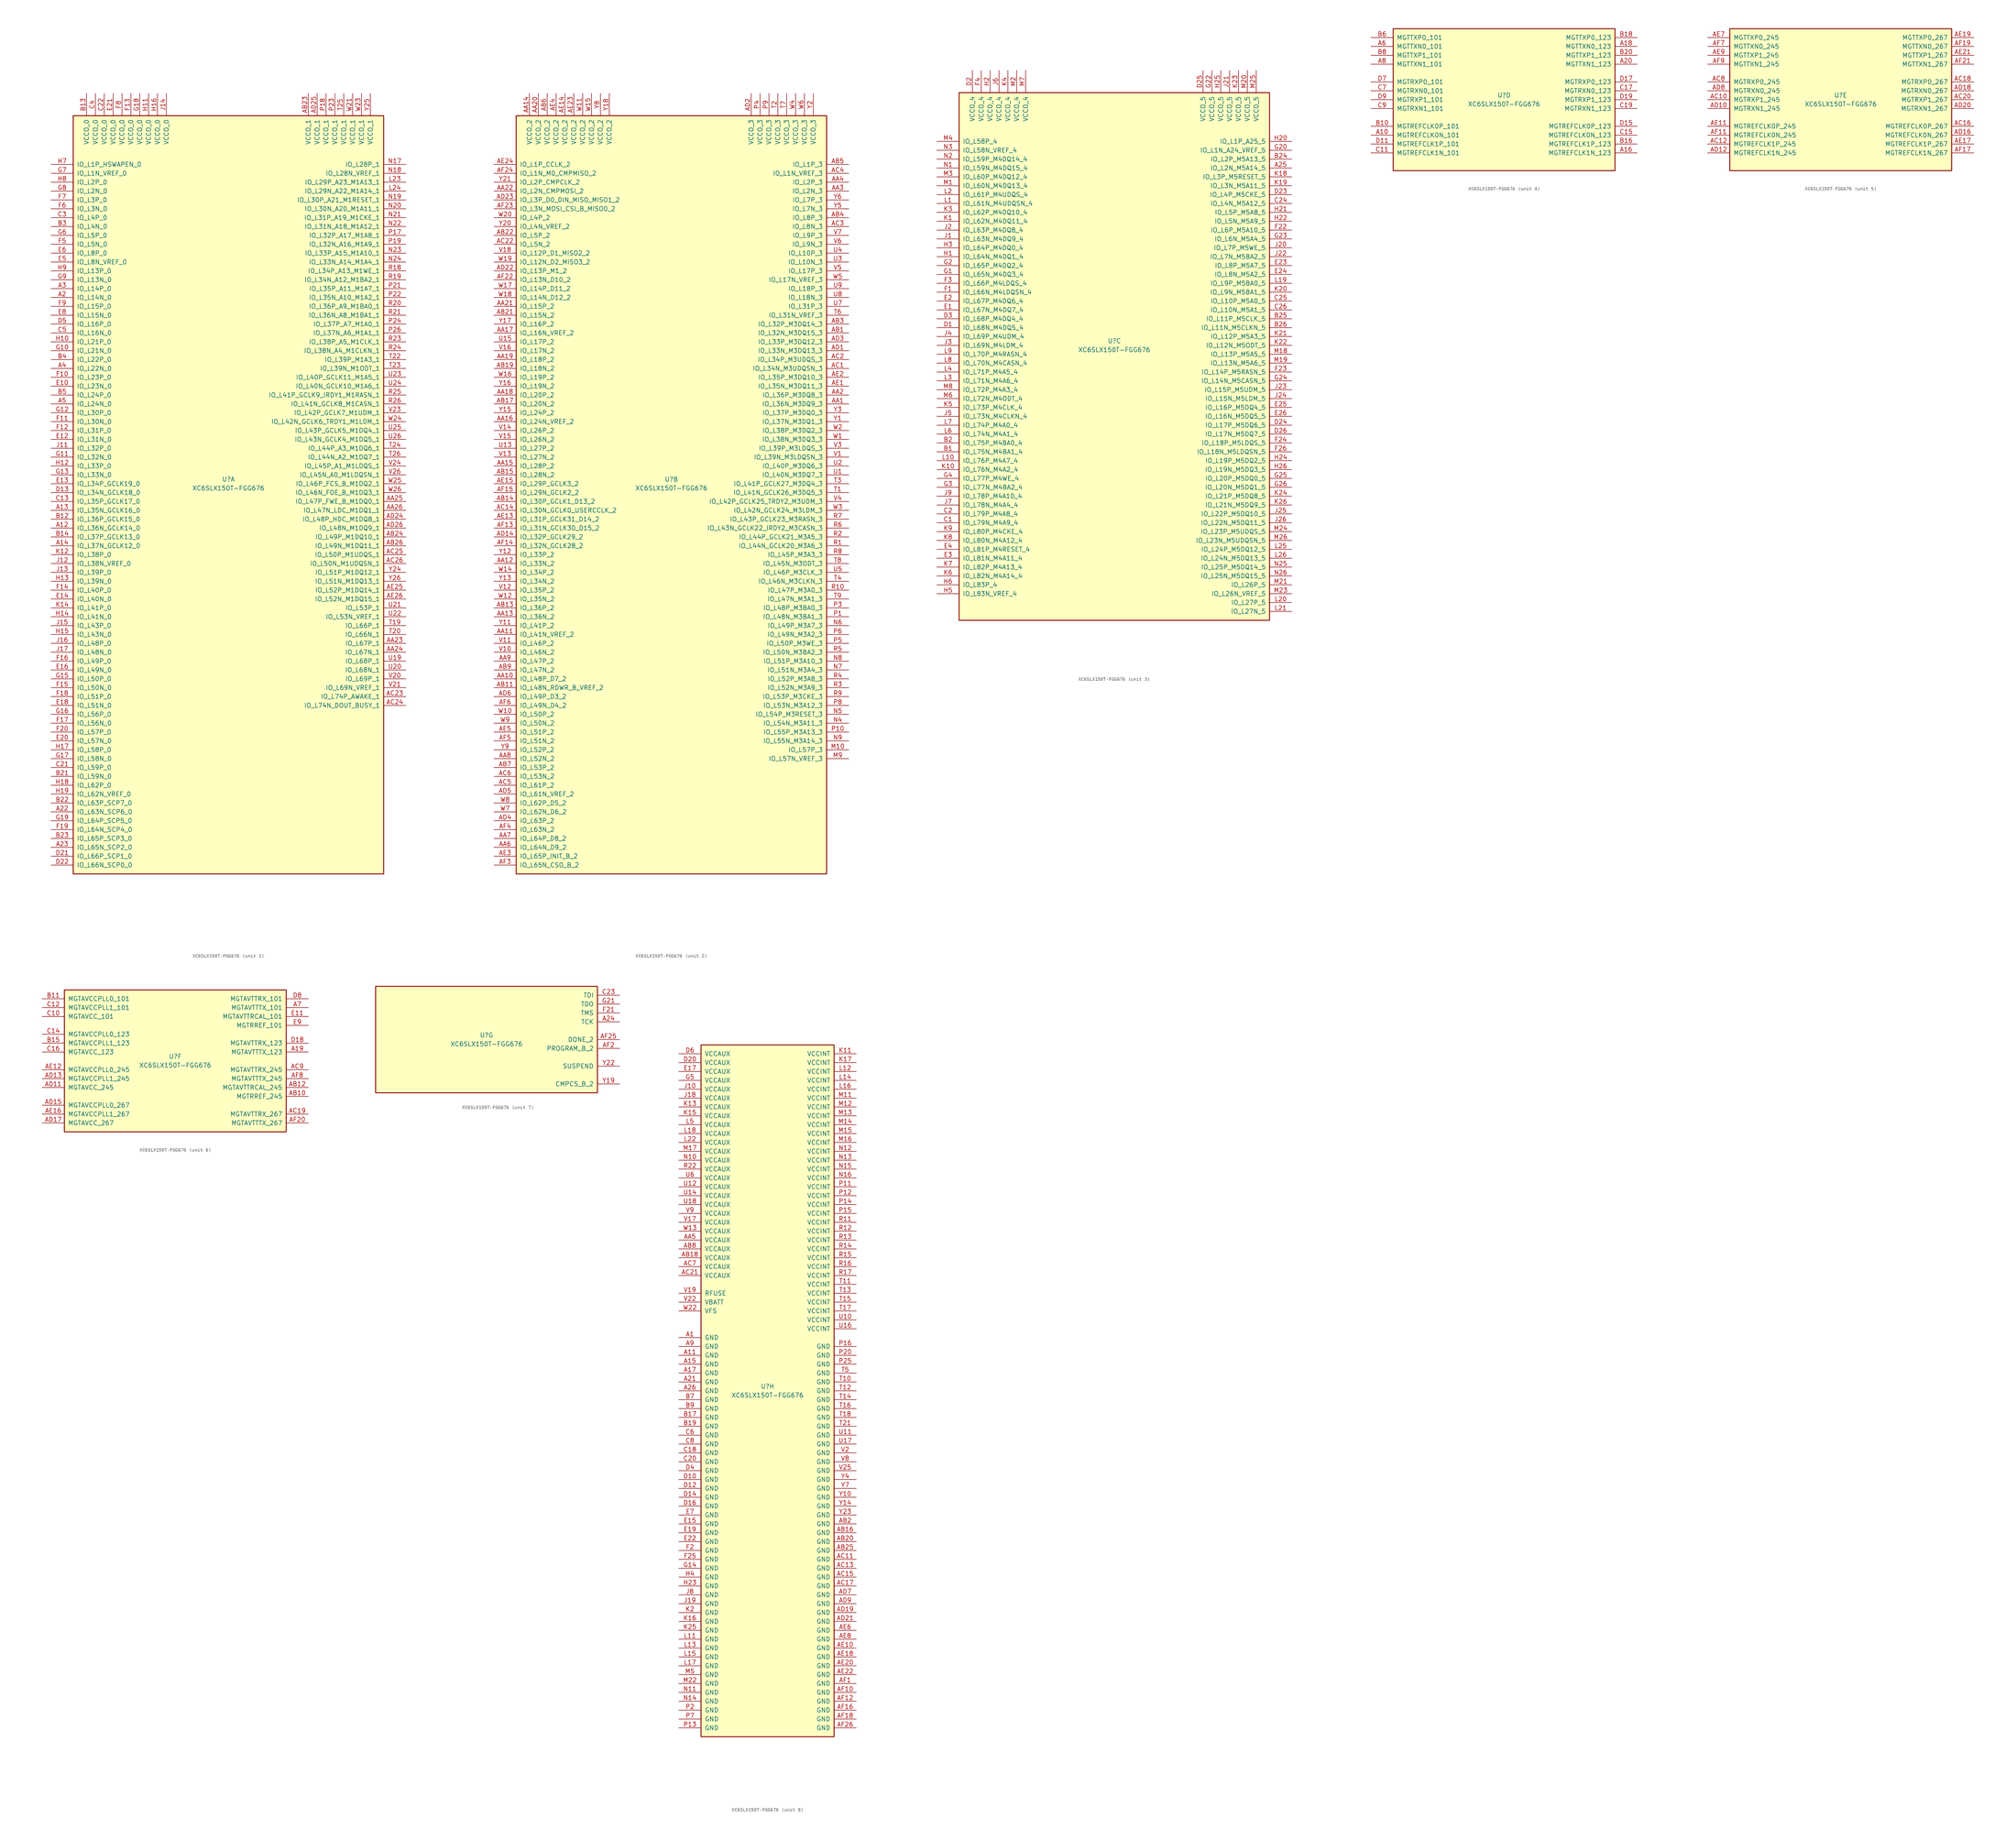
<source format=kicad_sym>
(kicad_symbol_lib
  (version 20201005)
  (generator kicad_symbol_editor)
  (symbol "XC6SLX150T-FGG676"
    (pin_names
      (offset 1.016))
    (property "Reference" "U"
      (at 0 1.27 0)
      (effects (font (size 1.27 1.27))))
    (property "Value" "XC6SLX150T-FGG676"
      (at 0 -1.27 0)
      (effects (font (size 1.27 1.27))))
    (property "Datasheet" ""
      (at 0 0 0)
      (effects (font (size 1.27 1.27))))
    (property "ki_locked" ""
      (at 0 0 0)
      (effects (font (size 1.27 1.27))))
    (symbol "XC6SLX150T-FGG676_1_1"
      (rectangle (start -44.45 105.41) (end 44.45 -111.76) (stroke (width 0.254)) (fill (type background)))
      (pin bidirectional line (at -50.8 -12.7 0) (length 6.35) (name "IO_L36N_GCLK14_0" (effects (font (size 1.27 1.27)))) (number "A12" (effects (font (size 1.27 1.27)))))
      (pin bidirectional line (at -50.8 -7.62 0) (length 6.35) (name "IO_L35N_GCLK16_0" (effects (font (size 1.27 1.27)))) (number "A13" (effects (font (size 1.27 1.27)))))
      (pin bidirectional line (at -50.8 -17.78 0) (length 6.35) (name "IO_L37N_GCLK12_0" (effects (font (size 1.27 1.27)))) (number "A14" (effects (font (size 1.27 1.27)))))
      (pin bidirectional line (at -50.8 53.34 0) (length 6.35) (name "IO_L14N_0" (effects (font (size 1.27 1.27)))) (number "A2" (effects (font (size 1.27 1.27)))))
      (pin bidirectional line (at -50.8 -93.98 0) (length 6.35) (name "IO_L63N_SCP6_0" (effects (font (size 1.27 1.27)))) (number "A22" (effects (font (size 1.27 1.27)))))
      (pin bidirectional line (at -50.8 -104.14 0) (length 6.35) (name "IO_L65N_SCP2_0" (effects (font (size 1.27 1.27)))) (number "A23" (effects (font (size 1.27 1.27)))))
      (pin bidirectional line (at -50.8 55.88 0) (length 6.35) (name "IO_L14P_0" (effects (font (size 1.27 1.27)))) (number "A3" (effects (font (size 1.27 1.27)))))
      (pin bidirectional line (at -50.8 33.02 0) (length 6.35) (name "IO_L22N_0" (effects (font (size 1.27 1.27)))) (number "A4" (effects (font (size 1.27 1.27)))))
      (pin bidirectional line (at -50.8 22.86 0) (length 6.35) (name "IO_L24N_0" (effects (font (size 1.27 1.27)))) (number "A5" (effects (font (size 1.27 1.27)))))
      (pin bidirectional line (at 50.8 -45.72 180) (length 6.35) (name "IO_L67P_1" (effects (font (size 1.27 1.27)))) (number "AA23" (effects (font (size 1.27 1.27)))))
      (pin bidirectional line (at 50.8 -48.26 180) (length 6.35) (name "IO_L67N_1" (effects (font (size 1.27 1.27)))) (number "AA24" (effects (font (size 1.27 1.27)))))
      (pin bidirectional line (at 50.8 -5.08 180) (length 6.35) (name "IO_L47P_FWE_B_M1DQ0_1" (effects (font (size 1.27 1.27)))) (number "AA25" (effects (font (size 1.27 1.27)))))
      (pin bidirectional line (at 50.8 -7.62 180) (length 6.35) (name "IO_L47N_LDC_M1DQ1_1" (effects (font (size 1.27 1.27)))) (number "AA26" (effects (font (size 1.27 1.27)))))
      (pin power_in line (at 22.86 111.76 270) (length 6.35) (name "VCCO_1" (effects (font (size 1.27 1.27)))) (number "AB23" (effects (font (size 1.27 1.27)))))
      (pin bidirectional line (at 50.8 -15.24 180) (length 6.35) (name "IO_L49P_M1DQ10_1" (effects (font (size 1.27 1.27)))) (number "AB24" (effects (font (size 1.27 1.27)))))
      (pin bidirectional line (at 50.8 -17.78 180) (length 6.35) (name "IO_L49N_M1DQ11_1" (effects (font (size 1.27 1.27)))) (number "AB26" (effects (font (size 1.27 1.27)))))
      (pin bidirectional line (at 50.8 -60.96 180) (length 6.35) (name "IO_L74P_AWAKE_1" (effects (font (size 1.27 1.27)))) (number "AC23" (effects (font (size 1.27 1.27)))))
      (pin bidirectional line (at 50.8 -63.5 180) (length 6.35) (name "IO_L74N_DOUT_BUSY_1" (effects (font (size 1.27 1.27)))) (number "AC24" (effects (font (size 1.27 1.27)))))
      (pin bidirectional line (at 50.8 -20.32 180) (length 6.35) (name "IO_L50P_M1UDQS_1" (effects (font (size 1.27 1.27)))) (number "AC25" (effects (font (size 1.27 1.27)))))
      (pin bidirectional line (at 50.8 -22.86 180) (length 6.35) (name "IO_L50N_M1UDQSN_1" (effects (font (size 1.27 1.27)))) (number "AC26" (effects (font (size 1.27 1.27)))))
      (pin bidirectional line (at 50.8 -10.16 180) (length 6.35) (name "IO_L48P_HDC_M1DQ8_1" (effects (font (size 1.27 1.27)))) (number "AD24" (effects (font (size 1.27 1.27)))))
      (pin power_in line (at 25.4 111.76 270) (length 6.35) (name "VCCO_1" (effects (font (size 1.27 1.27)))) (number "AD25" (effects (font (size 1.27 1.27)))))
      (pin bidirectional line (at 50.8 -12.7 180) (length 6.35) (name "IO_L48N_M1DQ9_1" (effects (font (size 1.27 1.27)))) (number "AD26" (effects (font (size 1.27 1.27)))))
      (pin bidirectional line (at 50.8 -30.48 180) (length 6.35) (name "IO_L52P_M1DQ14_1" (effects (font (size 1.27 1.27)))) (number "AE25" (effects (font (size 1.27 1.27)))))
      (pin bidirectional line (at 50.8 -33.02 180) (length 6.35) (name "IO_L52N_M1DQ15_1" (effects (font (size 1.27 1.27)))) (number "AE26" (effects (font (size 1.27 1.27)))))
      (pin bidirectional line (at -50.8 -10.16 0) (length 6.35) (name "IO_L36P_GCLK15_0" (effects (font (size 1.27 1.27)))) (number "B12" (effects (font (size 1.27 1.27)))))
      (pin power_in line (at -40.64 111.76 270) (length 6.35) (name "VCCO_0" (effects (font (size 1.27 1.27)))) (number "B13" (effects (font (size 1.27 1.27)))))
      (pin bidirectional line (at -50.8 -15.24 0) (length 6.35) (name "IO_L37P_GCLK13_0" (effects (font (size 1.27 1.27)))) (number "B14" (effects (font (size 1.27 1.27)))))
      (pin bidirectional line (at -50.8 -83.82 0) (length 6.35) (name "IO_L59N_0" (effects (font (size 1.27 1.27)))) (number "B21" (effects (font (size 1.27 1.27)))))
      (pin bidirectional line (at -50.8 -91.44 0) (length 6.35) (name "IO_L63P_SCP7_0" (effects (font (size 1.27 1.27)))) (number "B22" (effects (font (size 1.27 1.27)))))
      (pin bidirectional line (at -50.8 -101.6 0) (length 6.35) (name "IO_L65P_SCP3_0" (effects (font (size 1.27 1.27)))) (number "B23" (effects (font (size 1.27 1.27)))))
      (pin bidirectional line (at -50.8 73.66 0) (length 6.35) (name "IO_L4N_0" (effects (font (size 1.27 1.27)))) (number "B3" (effects (font (size 1.27 1.27)))))
      (pin bidirectional line (at -50.8 35.56 0) (length 6.35) (name "IO_L22P_0" (effects (font (size 1.27 1.27)))) (number "B4" (effects (font (size 1.27 1.27)))))
      (pin bidirectional line (at -50.8 25.4 0) (length 6.35) (name "IO_L24P_0" (effects (font (size 1.27 1.27)))) (number "B5" (effects (font (size 1.27 1.27)))))
      (pin bidirectional line (at -50.8 -5.08 0) (length 6.35) (name "IO_L35P_GCLK17_0" (effects (font (size 1.27 1.27)))) (number "C13" (effects (font (size 1.27 1.27)))))
      (pin bidirectional line (at -50.8 -81.28 0) (length 6.35) (name "IO_L59P_0" (effects (font (size 1.27 1.27)))) (number "C21" (effects (font (size 1.27 1.27)))))
      (pin power_in line (at -35.56 111.76 270) (length 6.35) (name "VCCO_0" (effects (font (size 1.27 1.27)))) (number "C22" (effects (font (size 1.27 1.27)))))
      (pin bidirectional line (at -50.8 76.2 0) (length 6.35) (name "IO_L4P_0" (effects (font (size 1.27 1.27)))) (number "C3" (effects (font (size 1.27 1.27)))))
      (pin power_in line (at -38.1 111.76 270) (length 6.35) (name "VCCO_0" (effects (font (size 1.27 1.27)))) (number "C4" (effects (font (size 1.27 1.27)))))
      (pin bidirectional line (at -50.8 43.18 0) (length 6.35) (name "IO_L16N_0" (effects (font (size 1.27 1.27)))) (number "C5" (effects (font (size 1.27 1.27)))))
      (pin bidirectional line (at -50.8 -2.54 0) (length 6.35) (name "IO_L34N_GCLK18_0" (effects (font (size 1.27 1.27)))) (number "D13" (effects (font (size 1.27 1.27)))))
      (pin bidirectional line (at -50.8 -106.68 0) (length 6.35) (name "IO_L66P_SCP1_0" (effects (font (size 1.27 1.27)))) (number "D21" (effects (font (size 1.27 1.27)))))
      (pin bidirectional line (at -50.8 -109.22 0) (length 6.35) (name "IO_L66N_SCP0_0" (effects (font (size 1.27 1.27)))) (number "D22" (effects (font (size 1.27 1.27)))))
      (pin bidirectional line (at -50.8 45.72 0) (length 6.35) (name "IO_L16P_0" (effects (font (size 1.27 1.27)))) (number "D5" (effects (font (size 1.27 1.27)))))
      (pin bidirectional line (at -50.8 27.94 0) (length 6.35) (name "IO_L23N_0" (effects (font (size 1.27 1.27)))) (number "E10" (effects (font (size 1.27 1.27)))))
      (pin bidirectional line (at -50.8 12.7 0) (length 6.35) (name "IO_L31N_0" (effects (font (size 1.27 1.27)))) (number "E12" (effects (font (size 1.27 1.27)))))
      (pin bidirectional line (at -50.8 0 0) (length 6.35) (name "IO_L34P_GCLK19_0" (effects (font (size 1.27 1.27)))) (number "E13" (effects (font (size 1.27 1.27)))))
      (pin bidirectional line (at -50.8 -33.02 0) (length 6.35) (name "IO_L40N_0" (effects (font (size 1.27 1.27)))) (number "E14" (effects (font (size 1.27 1.27)))))
      (pin bidirectional line (at -50.8 -53.34 0) (length 6.35) (name "IO_L49N_0" (effects (font (size 1.27 1.27)))) (number "E16" (effects (font (size 1.27 1.27)))))
      (pin bidirectional line (at -50.8 -63.5 0) (length 6.35) (name "IO_L51N_0" (effects (font (size 1.27 1.27)))) (number "E18" (effects (font (size 1.27 1.27)))))
      (pin bidirectional line (at -50.8 -73.66 0) (length 6.35) (name "IO_L57N_0" (effects (font (size 1.27 1.27)))) (number "E20" (effects (font (size 1.27 1.27)))))
      (pin power_in line (at -33.02 111.76 270) (length 6.35) (name "VCCO_0" (effects (font (size 1.27 1.27)))) (number "E21" (effects (font (size 1.27 1.27)))))
      (pin bidirectional line (at -50.8 63.5 0) (length 6.35) (name "IO_L8N_VREF_0" (effects (font (size 1.27 1.27)))) (number "E5" (effects (font (size 1.27 1.27)))))
      (pin bidirectional line (at -50.8 66.04 0) (length 6.35) (name "IO_L8P_0" (effects (font (size 1.27 1.27)))) (number "E6" (effects (font (size 1.27 1.27)))))
      (pin bidirectional line (at -50.8 48.26 0) (length 6.35) (name "IO_L15N_0" (effects (font (size 1.27 1.27)))) (number "E8" (effects (font (size 1.27 1.27)))))
      (pin bidirectional line (at -50.8 30.48 0) (length 6.35) (name "IO_L23P_0" (effects (font (size 1.27 1.27)))) (number "F10" (effects (font (size 1.27 1.27)))))
      (pin bidirectional line (at -50.8 17.78 0) (length 6.35) (name "IO_L30N_0" (effects (font (size 1.27 1.27)))) (number "F11" (effects (font (size 1.27 1.27)))))
      (pin bidirectional line (at -50.8 15.24 0) (length 6.35) (name "IO_L31P_0" (effects (font (size 1.27 1.27)))) (number "F12" (effects (font (size 1.27 1.27)))))
      (pin power_in line (at -27.94 111.76 270) (length 6.35) (name "VCCO_0" (effects (font (size 1.27 1.27)))) (number "F13" (effects (font (size 1.27 1.27)))))
      (pin bidirectional line (at -50.8 -30.48 0) (length 6.35) (name "IO_L40P_0" (effects (font (size 1.27 1.27)))) (number "F14" (effects (font (size 1.27 1.27)))))
      (pin bidirectional line (at -50.8 -58.42 0) (length 6.35) (name "IO_L50N_0" (effects (font (size 1.27 1.27)))) (number "F15" (effects (font (size 1.27 1.27)))))
      (pin bidirectional line (at -50.8 -50.8 0) (length 6.35) (name "IO_L49P_0" (effects (font (size 1.27 1.27)))) (number "F16" (effects (font (size 1.27 1.27)))))
      (pin bidirectional line (at -50.8 -68.58 0) (length 6.35) (name "IO_L56N_0" (effects (font (size 1.27 1.27)))) (number "F17" (effects (font (size 1.27 1.27)))))
      (pin bidirectional line (at -50.8 -60.96 0) (length 6.35) (name "IO_L51P_0" (effects (font (size 1.27 1.27)))) (number "F18" (effects (font (size 1.27 1.27)))))
      (pin bidirectional line (at -50.8 -99.06 0) (length 6.35) (name "IO_L64N_SCP4_0" (effects (font (size 1.27 1.27)))) (number "F19" (effects (font (size 1.27 1.27)))))
      (pin bidirectional line (at -50.8 -71.12 0) (length 6.35) (name "IO_L57P_0" (effects (font (size 1.27 1.27)))) (number "F20" (effects (font (size 1.27 1.27)))))
      (pin bidirectional line (at -50.8 68.58 0) (length 6.35) (name "IO_L5N_0" (effects (font (size 1.27 1.27)))) (number "F5" (effects (font (size 1.27 1.27)))))
      (pin bidirectional line (at -50.8 78.74 0) (length 6.35) (name "IO_L3N_0" (effects (font (size 1.27 1.27)))) (number "F6" (effects (font (size 1.27 1.27)))))
      (pin bidirectional line (at -50.8 81.28 0) (length 6.35) (name "IO_L3P_0" (effects (font (size 1.27 1.27)))) (number "F7" (effects (font (size 1.27 1.27)))))
      (pin power_in line (at -30.48 111.76 270) (length 6.35) (name "VCCO_0" (effects (font (size 1.27 1.27)))) (number "F8" (effects (font (size 1.27 1.27)))))
      (pin bidirectional line (at -50.8 50.8 0) (length 6.35) (name "IO_L15P_0" (effects (font (size 1.27 1.27)))) (number "F9" (effects (font (size 1.27 1.27)))))
      (pin bidirectional line (at -50.8 38.1 0) (length 6.35) (name "IO_L21N_0" (effects (font (size 1.27 1.27)))) (number "G10" (effects (font (size 1.27 1.27)))))
      (pin bidirectional line (at -50.8 7.62 0) (length 6.35) (name "IO_L32N_0" (effects (font (size 1.27 1.27)))) (number "G11" (effects (font (size 1.27 1.27)))))
      (pin bidirectional line (at -50.8 20.32 0) (length 6.35) (name "IO_L30P_0" (effects (font (size 1.27 1.27)))) (number "G12" (effects (font (size 1.27 1.27)))))
      (pin bidirectional line (at -50.8 2.54 0) (length 6.35) (name "IO_L33N_0" (effects (font (size 1.27 1.27)))) (number "G13" (effects (font (size 1.27 1.27)))))
      (pin bidirectional line (at -50.8 -55.88 0) (length 6.35) (name "IO_L50P_0" (effects (font (size 1.27 1.27)))) (number "G15" (effects (font (size 1.27 1.27)))))
      (pin bidirectional line (at -50.8 -66.04 0) (length 6.35) (name "IO_L56P_0" (effects (font (size 1.27 1.27)))) (number "G16" (effects (font (size 1.27 1.27)))))
      (pin bidirectional line (at -50.8 -78.74 0) (length 6.35) (name "IO_L58N_0" (effects (font (size 1.27 1.27)))) (number "G17" (effects (font (size 1.27 1.27)))))
      (pin power_in line (at -25.4 111.76 270) (length 6.35) (name "VCCO_0" (effects (font (size 1.27 1.27)))) (number "G18" (effects (font (size 1.27 1.27)))))
      (pin bidirectional line (at -50.8 -96.52 0) (length 6.35) (name "IO_L64P_SCP5_0" (effects (font (size 1.27 1.27)))) (number "G19" (effects (font (size 1.27 1.27)))))
      (pin bidirectional line (at -50.8 71.12 0) (length 6.35) (name "IO_L5P_0" (effects (font (size 1.27 1.27)))) (number "G6" (effects (font (size 1.27 1.27)))))
      (pin bidirectional line (at -50.8 88.9 0) (length 6.35) (name "IO_L1N_VREF_0" (effects (font (size 1.27 1.27)))) (number "G7" (effects (font (size 1.27 1.27)))))
      (pin bidirectional line (at -50.8 83.82 0) (length 6.35) (name "IO_L2N_0" (effects (font (size 1.27 1.27)))) (number "G8" (effects (font (size 1.27 1.27)))))
      (pin bidirectional line (at -50.8 58.42 0) (length 6.35) (name "IO_L13N_0" (effects (font (size 1.27 1.27)))) (number "G9" (effects (font (size 1.27 1.27)))))
      (pin bidirectional line (at -50.8 40.64 0) (length 6.35) (name "IO_L21P_0" (effects (font (size 1.27 1.27)))) (number "H10" (effects (font (size 1.27 1.27)))))
      (pin power_in line (at -22.86 111.76 270) (length 6.35) (name "VCCO_0" (effects (font (size 1.27 1.27)))) (number "H11" (effects (font (size 1.27 1.27)))))
      (pin bidirectional line (at -50.8 5.08 0) (length 6.35) (name "IO_L33P_0" (effects (font (size 1.27 1.27)))) (number "H12" (effects (font (size 1.27 1.27)))))
      (pin bidirectional line (at -50.8 -27.94 0) (length 6.35) (name "IO_L39N_0" (effects (font (size 1.27 1.27)))) (number "H13" (effects (font (size 1.27 1.27)))))
      (pin bidirectional line (at -50.8 -38.1 0) (length 6.35) (name "IO_L41N_0" (effects (font (size 1.27 1.27)))) (number "H14" (effects (font (size 1.27 1.27)))))
      (pin bidirectional line (at -50.8 -43.18 0) (length 6.35) (name "IO_L43N_0" (effects (font (size 1.27 1.27)))) (number "H15" (effects (font (size 1.27 1.27)))))
      (pin power_in line (at -20.32 111.76 270) (length 6.35) (name "VCCO_0" (effects (font (size 1.27 1.27)))) (number "H16" (effects (font (size 1.27 1.27)))))
      (pin bidirectional line (at -50.8 -76.2 0) (length 6.35) (name "IO_L58P_0" (effects (font (size 1.27 1.27)))) (number "H17" (effects (font (size 1.27 1.27)))))
      (pin bidirectional line (at -50.8 -86.36 0) (length 6.35) (name "IO_L62P_0" (effects (font (size 1.27 1.27)))) (number "H18" (effects (font (size 1.27 1.27)))))
      (pin bidirectional line (at -50.8 -88.9 0) (length 6.35) (name "IO_L62N_VREF_0" (effects (font (size 1.27 1.27)))) (number "H19" (effects (font (size 1.27 1.27)))))
      (pin bidirectional line (at -50.8 91.44 0) (length 6.35) (name "IO_L1P_HSWAPEN_0" (effects (font (size 1.27 1.27)))) (number "H7" (effects (font (size 1.27 1.27)))))
      (pin bidirectional line (at -50.8 86.36 0) (length 6.35) (name "IO_L2P_0" (effects (font (size 1.27 1.27)))) (number "H8" (effects (font (size 1.27 1.27)))))
      (pin bidirectional line (at -50.8 60.96 0) (length 6.35) (name "IO_L13P_0" (effects (font (size 1.27 1.27)))) (number "H9" (effects (font (size 1.27 1.27)))))
      (pin bidirectional line (at -50.8 10.16 0) (length 6.35) (name "IO_L32P_0" (effects (font (size 1.27 1.27)))) (number "J11" (effects (font (size 1.27 1.27)))))
      (pin bidirectional line (at -50.8 -22.86 0) (length 6.35) (name "IO_L38N_VREF_0" (effects (font (size 1.27 1.27)))) (number "J12" (effects (font (size 1.27 1.27)))))
      (pin bidirectional line (at -50.8 -25.4 0) (length 6.35) (name "IO_L39P_0" (effects (font (size 1.27 1.27)))) (number "J13" (effects (font (size 1.27 1.27)))))
      (pin power_in line (at -17.78 111.76 270) (length 6.35) (name "VCCO_0" (effects (font (size 1.27 1.27)))) (number "J14" (effects (font (size 1.27 1.27)))))
      (pin bidirectional line (at -50.8 -40.64 0) (length 6.35) (name "IO_L43P_0" (effects (font (size 1.27 1.27)))) (number "J15" (effects (font (size 1.27 1.27)))))
      (pin bidirectional line (at -50.8 -45.72 0) (length 6.35) (name "IO_L48P_0" (effects (font (size 1.27 1.27)))) (number "J16" (effects (font (size 1.27 1.27)))))
      (pin bidirectional line (at -50.8 -48.26 0) (length 6.35) (name "IO_L48N_0" (effects (font (size 1.27 1.27)))) (number "J17" (effects (font (size 1.27 1.27)))))
      (pin bidirectional line (at -50.8 -20.32 0) (length 6.35) (name "IO_L38P_0" (effects (font (size 1.27 1.27)))) (number "K12" (effects (font (size 1.27 1.27)))))
      (pin bidirectional line (at -50.8 -35.56 0) (length 6.35) (name "IO_L41P_0" (effects (font (size 1.27 1.27)))) (number "K14" (effects (font (size 1.27 1.27)))))
      (pin bidirectional line (at 50.8 86.36 180) (length 6.35) (name "IO_L29P_A23_M1A13_1" (effects (font (size 1.27 1.27)))) (number "L23" (effects (font (size 1.27 1.27)))))
      (pin bidirectional line (at 50.8 83.82 180) (length 6.35) (name "IO_L29N_A22_M1A14_1" (effects (font (size 1.27 1.27)))) (number "L24" (effects (font (size 1.27 1.27)))))
      (pin bidirectional line (at 50.8 91.44 180) (length 6.35) (name "IO_L28P_1" (effects (font (size 1.27 1.27)))) (number "N17" (effects (font (size 1.27 1.27)))))
      (pin bidirectional line (at 50.8 88.9 180) (length 6.35) (name "IO_L28N_VREF_1" (effects (font (size 1.27 1.27)))) (number "N18" (effects (font (size 1.27 1.27)))))
      (pin bidirectional line (at 50.8 81.28 180) (length 6.35) (name "IO_L30P_A21_M1RESET_1" (effects (font (size 1.27 1.27)))) (number "N19" (effects (font (size 1.27 1.27)))))
      (pin bidirectional line (at 50.8 78.74 180) (length 6.35) (name "IO_L30N_A20_M1A11_1" (effects (font (size 1.27 1.27)))) (number "N20" (effects (font (size 1.27 1.27)))))
      (pin bidirectional line (at 50.8 76.2 180) (length 6.35) (name "IO_L31P_A19_M1CKE_1" (effects (font (size 1.27 1.27)))) (number "N21" (effects (font (size 1.27 1.27)))))
      (pin bidirectional line (at 50.8 73.66 180) (length 6.35) (name "IO_L31N_A18_M1A12_1" (effects (font (size 1.27 1.27)))) (number "N22" (effects (font (size 1.27 1.27)))))
      (pin bidirectional line (at 50.8 66.04 180) (length 6.35) (name "IO_L33P_A15_M1A10_1" (effects (font (size 1.27 1.27)))) (number "N23" (effects (font (size 1.27 1.27)))))
      (pin bidirectional line (at 50.8 63.5 180) (length 6.35) (name "IO_L33N_A14_M1A4_1" (effects (font (size 1.27 1.27)))) (number "N24" (effects (font (size 1.27 1.27)))))
      (pin bidirectional line (at 50.8 71.12 180) (length 6.35) (name "IO_L32P_A17_M1A8_1" (effects (font (size 1.27 1.27)))) (number "P17" (effects (font (size 1.27 1.27)))))
      (pin power_in line (at 27.94 111.76 270) (length 6.35) (name "VCCO_1" (effects (font (size 1.27 1.27)))) (number "P18" (effects (font (size 1.27 1.27)))))
      (pin bidirectional line (at 50.8 68.58 180) (length 6.35) (name "IO_L32N_A16_M1A9_1" (effects (font (size 1.27 1.27)))) (number "P19" (effects (font (size 1.27 1.27)))))
      (pin bidirectional line (at 50.8 55.88 180) (length 6.35) (name "IO_L35P_A11_M1A7_1" (effects (font (size 1.27 1.27)))) (number "P21" (effects (font (size 1.27 1.27)))))
      (pin bidirectional line (at 50.8 53.34 180) (length 6.35) (name "IO_L35N_A10_M1A2_1" (effects (font (size 1.27 1.27)))) (number "P22" (effects (font (size 1.27 1.27)))))
      (pin power_in line (at 30.48 111.76 270) (length 6.35) (name "VCCO_1" (effects (font (size 1.27 1.27)))) (number "P23" (effects (font (size 1.27 1.27)))))
      (pin bidirectional line (at 50.8 45.72 180) (length 6.35) (name "IO_L37P_A7_M1A0_1" (effects (font (size 1.27 1.27)))) (number "P24" (effects (font (size 1.27 1.27)))))
      (pin bidirectional line (at 50.8 43.18 180) (length 6.35) (name "IO_L37N_A6_M1A1_1" (effects (font (size 1.27 1.27)))) (number "P26" (effects (font (size 1.27 1.27)))))
      (pin bidirectional line (at 50.8 60.96 180) (length 6.35) (name "IO_L34P_A13_M1WE_1" (effects (font (size 1.27 1.27)))) (number "R18" (effects (font (size 1.27 1.27)))))
      (pin bidirectional line (at 50.8 58.42 180) (length 6.35) (name "IO_L34N_A12_M1BA2_1" (effects (font (size 1.27 1.27)))) (number "R19" (effects (font (size 1.27 1.27)))))
      (pin bidirectional line (at 50.8 50.8 180) (length 6.35) (name "IO_L36P_A9_M1BA0_1" (effects (font (size 1.27 1.27)))) (number "R20" (effects (font (size 1.27 1.27)))))
      (pin bidirectional line (at 50.8 48.26 180) (length 6.35) (name "IO_L36N_A8_M1BA1_1" (effects (font (size 1.27 1.27)))) (number "R21" (effects (font (size 1.27 1.27)))))
      (pin bidirectional line (at 50.8 40.64 180) (length 6.35) (name "IO_L38P_A5_M1CLK_1" (effects (font (size 1.27 1.27)))) (number "R23" (effects (font (size 1.27 1.27)))))
      (pin bidirectional line (at 50.8 38.1 180) (length 6.35) (name "IO_L38N_A4_M1CLKN_1" (effects (font (size 1.27 1.27)))) (number "R24" (effects (font (size 1.27 1.27)))))
      (pin bidirectional line (at 50.8 25.4 180) (length 6.35) (name "IO_L41P_GCLK9_IRDY1_M1RASN_1" (effects (font (size 1.27 1.27)))) (number "R25" (effects (font (size 1.27 1.27)))))
      (pin bidirectional line (at 50.8 22.86 180) (length 6.35) (name "IO_L41N_GCLK8_M1CASN_1" (effects (font (size 1.27 1.27)))) (number "R26" (effects (font (size 1.27 1.27)))))
      (pin bidirectional line (at 50.8 -40.64 180) (length 6.35) (name "IO_L66P_1" (effects (font (size 1.27 1.27)))) (number "T19" (effects (font (size 1.27 1.27)))))
      (pin bidirectional line (at 50.8 -43.18 180) (length 6.35) (name "IO_L66N_1" (effects (font (size 1.27 1.27)))) (number "T20" (effects (font (size 1.27 1.27)))))
      (pin bidirectional line (at 50.8 35.56 180) (length 6.35) (name "IO_L39P_M1A3_1" (effects (font (size 1.27 1.27)))) (number "T22" (effects (font (size 1.27 1.27)))))
      (pin bidirectional line (at 50.8 33.02 180) (length 6.35) (name "IO_L39N_M1ODT_1" (effects (font (size 1.27 1.27)))) (number "T23" (effects (font (size 1.27 1.27)))))
      (pin bidirectional line (at 50.8 10.16 180) (length 6.35) (name "IO_L44P_A3_M1DQ6_1" (effects (font (size 1.27 1.27)))) (number "T24" (effects (font (size 1.27 1.27)))))
      (pin power_in line (at 33.02 111.76 270) (length 6.35) (name "VCCO_1" (effects (font (size 1.27 1.27)))) (number "T25" (effects (font (size 1.27 1.27)))))
      (pin bidirectional line (at 50.8 7.62 180) (length 6.35) (name "IO_L44N_A2_M1DQ7_1" (effects (font (size 1.27 1.27)))) (number "T26" (effects (font (size 1.27 1.27)))))
      (pin bidirectional line (at 50.8 -50.8 180) (length 6.35) (name "IO_L68P_1" (effects (font (size 1.27 1.27)))) (number "U19" (effects (font (size 1.27 1.27)))))
      (pin bidirectional line (at 50.8 -53.34 180) (length 6.35) (name "IO_L68N_1" (effects (font (size 1.27 1.27)))) (number "U20" (effects (font (size 1.27 1.27)))))
      (pin bidirectional line (at 50.8 -35.56 180) (length 6.35) (name "IO_L53P_1" (effects (font (size 1.27 1.27)))) (number "U21" (effects (font (size 1.27 1.27)))))
      (pin bidirectional line (at 50.8 -38.1 180) (length 6.35) (name "IO_L53N_VREF_1" (effects (font (size 1.27 1.27)))) (number "U22" (effects (font (size 1.27 1.27)))))
      (pin bidirectional line (at 50.8 30.48 180) (length 6.35) (name "IO_L40P_GCLK11_M1A5_1" (effects (font (size 1.27 1.27)))) (number "U23" (effects (font (size 1.27 1.27)))))
      (pin bidirectional line (at 50.8 27.94 180) (length 6.35) (name "IO_L40N_GCLK10_M1A6_1" (effects (font (size 1.27 1.27)))) (number "U24" (effects (font (size 1.27 1.27)))))
      (pin bidirectional line (at 50.8 15.24 180) (length 6.35) (name "IO_L43P_GCLK5_M1DQ4_1" (effects (font (size 1.27 1.27)))) (number "U25" (effects (font (size 1.27 1.27)))))
      (pin bidirectional line (at 50.8 12.7 180) (length 6.35) (name "IO_L43N_GCLK4_M1DQ5_1" (effects (font (size 1.27 1.27)))) (number "U26" (effects (font (size 1.27 1.27)))))
      (pin bidirectional line (at 50.8 -55.88 180) (length 6.35) (name "IO_L69P_1" (effects (font (size 1.27 1.27)))) (number "V20" (effects (font (size 1.27 1.27)))))
      (pin bidirectional line (at 50.8 -58.42 180) (length 6.35) (name "IO_L69N_VREF_1" (effects (font (size 1.27 1.27)))) (number "V21" (effects (font (size 1.27 1.27)))))
      (pin bidirectional line (at 50.8 20.32 180) (length 6.35) (name "IO_L42P_GCLK7_M1UDM_1" (effects (font (size 1.27 1.27)))) (number "V23" (effects (font (size 1.27 1.27)))))
      (pin bidirectional line (at 50.8 5.08 180) (length 6.35) (name "IO_L45P_A1_M1LDQS_1" (effects (font (size 1.27 1.27)))) (number "V24" (effects (font (size 1.27 1.27)))))
      (pin bidirectional line (at 50.8 2.54 180) (length 6.35) (name "IO_L45N_A0_M1LDQSN_1" (effects (font (size 1.27 1.27)))) (number "V26" (effects (font (size 1.27 1.27)))))
      (pin power_in line (at 35.56 111.76 270) (length 6.35) (name "VCCO_1" (effects (font (size 1.27 1.27)))) (number "W21" (effects (font (size 1.27 1.27)))))
      (pin power_in line (at 38.1 111.76 270) (length 6.35) (name "VCCO_1" (effects (font (size 1.27 1.27)))) (number "W23" (effects (font (size 1.27 1.27)))))
      (pin bidirectional line (at 50.8 17.78 180) (length 6.35) (name "IO_L42N_GCLK6_TRDY1_M1LDM_1" (effects (font (size 1.27 1.27)))) (number "W24" (effects (font (size 1.27 1.27)))))
      (pin bidirectional line (at 50.8 0 180) (length 6.35) (name "IO_L46P_FCS_B_M1DQ2_1" (effects (font (size 1.27 1.27)))) (number "W25" (effects (font (size 1.27 1.27)))))
      (pin bidirectional line (at 50.8 -2.54 180) (length 6.35) (name "IO_L46N_FOE_B_M1DQ3_1" (effects (font (size 1.27 1.27)))) (number "W26" (effects (font (size 1.27 1.27)))))
      (pin bidirectional line (at 50.8 -25.4 180) (length 6.35) (name "IO_L51P_M1DQ12_1" (effects (font (size 1.27 1.27)))) (number "Y24" (effects (font (size 1.27 1.27)))))
      (pin power_in line (at 40.64 111.76 270) (length 6.35) (name "VCCO_1" (effects (font (size 1.27 1.27)))) (number "Y25" (effects (font (size 1.27 1.27)))))
      (pin bidirectional line (at 50.8 -27.94 180) (length 6.35) (name "IO_L51N_M1DQ13_1" (effects (font (size 1.27 1.27)))) (number "Y26" (effects (font (size 1.27 1.27))))))
    (symbol "XC6SLX150T-FGG676_2_1"
      (rectangle (start -44.45 105.41) (end 44.45 -111.76) (stroke (width 0.254)) (fill (type background)))
      (pin bidirectional line (at 50.8 22.86 180) (length 6.35) (name "IO_L36N_M3DQ9_3" (effects (font (size 1.27 1.27)))) (number "AA1" (effects (font (size 1.27 1.27)))))
      (pin bidirectional line (at -50.8 -55.88 0) (length 6.35) (name "IO_L48P_D7_2" (effects (font (size 1.27 1.27)))) (number "AA10" (effects (font (size 1.27 1.27)))))
      (pin bidirectional line (at -50.8 -43.18 0) (length 6.35) (name "IO_L41N_VREF_2" (effects (font (size 1.27 1.27)))) (number "AA11" (effects (font (size 1.27 1.27)))))
      (pin bidirectional line (at -50.8 -22.86 0) (length 6.35) (name "IO_L33N_2" (effects (font (size 1.27 1.27)))) (number "AA12" (effects (font (size 1.27 1.27)))))
      (pin bidirectional line (at -50.8 -38.1 0) (length 6.35) (name "IO_L36N_2" (effects (font (size 1.27 1.27)))) (number "AA13" (effects (font (size 1.27 1.27)))))
      (pin power_in line (at -40.64 111.76 270) (length 6.35) (name "VCCO_2" (effects (font (size 1.27 1.27)))) (number "AA14" (effects (font (size 1.27 1.27)))))
      (pin bidirectional line (at -50.8 5.08 0) (length 6.35) (name "IO_L28P_2" (effects (font (size 1.27 1.27)))) (number "AA15" (effects (font (size 1.27 1.27)))))
      (pin bidirectional line (at -50.8 17.78 0) (length 6.35) (name "IO_L24N_VREF_2" (effects (font (size 1.27 1.27)))) (number "AA16" (effects (font (size 1.27 1.27)))))
      (pin bidirectional line (at -50.8 43.18 0) (length 6.35) (name "IO_L16N_VREF_2" (effects (font (size 1.27 1.27)))) (number "AA17" (effects (font (size 1.27 1.27)))))
      (pin bidirectional line (at -50.8 25.4 0) (length 6.35) (name "IO_L20P_2" (effects (font (size 1.27 1.27)))) (number "AA18" (effects (font (size 1.27 1.27)))))
      (pin bidirectional line (at -50.8 35.56 0) (length 6.35) (name "IO_L18P_2" (effects (font (size 1.27 1.27)))) (number "AA19" (effects (font (size 1.27 1.27)))))
      (pin bidirectional line (at 50.8 25.4 180) (length 6.35) (name "IO_L36P_M3DQ8_3" (effects (font (size 1.27 1.27)))) (number "AA2" (effects (font (size 1.27 1.27)))))
      (pin power_in line (at -38.1 111.76 270) (length 6.35) (name "VCCO_2" (effects (font (size 1.27 1.27)))) (number "AA20" (effects (font (size 1.27 1.27)))))
      (pin bidirectional line (at -50.8 50.8 0) (length 6.35) (name "IO_L15P_2" (effects (font (size 1.27 1.27)))) (number "AA21" (effects (font (size 1.27 1.27)))))
      (pin bidirectional line (at -50.8 83.82 0) (length 6.35) (name "IO_L2N_CMPMOSI_2" (effects (font (size 1.27 1.27)))) (number "AA22" (effects (font (size 1.27 1.27)))))
      (pin bidirectional line (at 50.8 83.82 180) (length 6.35) (name "IO_L2N_3" (effects (font (size 1.27 1.27)))) (number "AA3" (effects (font (size 1.27 1.27)))))
      (pin bidirectional line (at 50.8 86.36 180) (length 6.35) (name "IO_L2P_3" (effects (font (size 1.27 1.27)))) (number "AA4" (effects (font (size 1.27 1.27)))))
      (pin bidirectional line (at -50.8 -104.14 0) (length 6.35) (name "IO_L64N_D9_2" (effects (font (size 1.27 1.27)))) (number "AA6" (effects (font (size 1.27 1.27)))))
      (pin bidirectional line (at -50.8 -101.6 0) (length 6.35) (name "IO_L64P_D8_2" (effects (font (size 1.27 1.27)))) (number "AA7" (effects (font (size 1.27 1.27)))))
      (pin bidirectional line (at -50.8 -78.74 0) (length 6.35) (name "IO_L52N_2" (effects (font (size 1.27 1.27)))) (number "AA8" (effects (font (size 1.27 1.27)))))
      (pin bidirectional line (at -50.8 -50.8 0) (length 6.35) (name "IO_L47P_2" (effects (font (size 1.27 1.27)))) (number "AA9" (effects (font (size 1.27 1.27)))))
      (pin bidirectional line (at 50.8 43.18 180) (length 6.35) (name "IO_L32N_M3DQ15_3" (effects (font (size 1.27 1.27)))) (number "AB1" (effects (font (size 1.27 1.27)))))
      (pin bidirectional line (at -50.8 -58.42 0) (length 6.35) (name "IO_L48N_RDWR_B_VREF_2" (effects (font (size 1.27 1.27)))) (number "AB11" (effects (font (size 1.27 1.27)))))
      (pin bidirectional line (at -50.8 -35.56 0) (length 6.35) (name "IO_L36P_2" (effects (font (size 1.27 1.27)))) (number "AB13" (effects (font (size 1.27 1.27)))))
      (pin bidirectional line (at -50.8 -5.08 0) (length 6.35) (name "IO_L30P_GCLK1_D13_2" (effects (font (size 1.27 1.27)))) (number "AB14" (effects (font (size 1.27 1.27)))))
      (pin bidirectional line (at -50.8 2.54 0) (length 6.35) (name "IO_L28N_2" (effects (font (size 1.27 1.27)))) (number "AB15" (effects (font (size 1.27 1.27)))))
      (pin bidirectional line (at -50.8 22.86 0) (length 6.35) (name "IO_L20N_2" (effects (font (size 1.27 1.27)))) (number "AB17" (effects (font (size 1.27 1.27)))))
      (pin bidirectional line (at -50.8 33.02 0) (length 6.35) (name "IO_L18N_2" (effects (font (size 1.27 1.27)))) (number "AB19" (effects (font (size 1.27 1.27)))))
      (pin bidirectional line (at -50.8 48.26 0) (length 6.35) (name "IO_L15N_2" (effects (font (size 1.27 1.27)))) (number "AB21" (effects (font (size 1.27 1.27)))))
      (pin bidirectional line (at -50.8 71.12 0) (length 6.35) (name "IO_L5P_2" (effects (font (size 1.27 1.27)))) (number "AB22" (effects (font (size 1.27 1.27)))))
      (pin bidirectional line (at 50.8 45.72 180) (length 6.35) (name "IO_L32P_M3DQ14_3" (effects (font (size 1.27 1.27)))) (number "AB3" (effects (font (size 1.27 1.27)))))
      (pin bidirectional line (at 50.8 76.2 180) (length 6.35) (name "IO_L8P_3" (effects (font (size 1.27 1.27)))) (number "AB4" (effects (font (size 1.27 1.27)))))
      (pin bidirectional line (at 50.8 91.44 180) (length 6.35) (name "IO_L1P_3" (effects (font (size 1.27 1.27)))) (number "AB5" (effects (font (size 1.27 1.27)))))
      (pin power_in line (at -35.56 111.76 270) (length 6.35) (name "VCCO_2" (effects (font (size 1.27 1.27)))) (number "AB6" (effects (font (size 1.27 1.27)))))
      (pin bidirectional line (at -50.8 -81.28 0) (length 6.35) (name "IO_L53P_2" (effects (font (size 1.27 1.27)))) (number "AB7" (effects (font (size 1.27 1.27)))))
      (pin bidirectional line (at -50.8 -53.34 0) (length 6.35) (name "IO_L47N_2" (effects (font (size 1.27 1.27)))) (number "AB9" (effects (font (size 1.27 1.27)))))
      (pin bidirectional line (at 50.8 33.02 180) (length 6.35) (name "IO_L34N_M3UDQSN_3" (effects (font (size 1.27 1.27)))) (number "AC1" (effects (font (size 1.27 1.27)))))
      (pin bidirectional line (at -50.8 -7.62 0) (length 6.35) (name "IO_L30N_GCLK0_USERCCLK_2" (effects (font (size 1.27 1.27)))) (number "AC14" (effects (font (size 1.27 1.27)))))
      (pin bidirectional line (at 50.8 35.56 180) (length 6.35) (name "IO_L34P_M3UDQS_3" (effects (font (size 1.27 1.27)))) (number "AC2" (effects (font (size 1.27 1.27)))))
      (pin bidirectional line (at -50.8 68.58 0) (length 6.35) (name "IO_L5N_2" (effects (font (size 1.27 1.27)))) (number "AC22" (effects (font (size 1.27 1.27)))))
      (pin bidirectional line (at 50.8 73.66 180) (length 6.35) (name "IO_L8N_3" (effects (font (size 1.27 1.27)))) (number "AC3" (effects (font (size 1.27 1.27)))))
      (pin bidirectional line (at 50.8 88.9 180) (length 6.35) (name "IO_L1N_VREF_3" (effects (font (size 1.27 1.27)))) (number "AC4" (effects (font (size 1.27 1.27)))))
      (pin bidirectional line (at -50.8 -86.36 0) (length 6.35) (name "IO_L61P_2" (effects (font (size 1.27 1.27)))) (number "AC5" (effects (font (size 1.27 1.27)))))
      (pin bidirectional line (at -50.8 -83.82 0) (length 6.35) (name "IO_L53N_2" (effects (font (size 1.27 1.27)))) (number "AC6" (effects (font (size 1.27 1.27)))))
      (pin bidirectional line (at 50.8 38.1 180) (length 6.35) (name "IO_L33N_M3DQ13_3" (effects (font (size 1.27 1.27)))) (number "AD1" (effects (font (size 1.27 1.27)))))
      (pin bidirectional line (at -50.8 -15.24 0) (length 6.35) (name "IO_L32P_GCLK29_2" (effects (font (size 1.27 1.27)))) (number "AD14" (effects (font (size 1.27 1.27)))))
      (pin power_in line (at 22.86 111.76 270) (length 6.35) (name "VCCO_3" (effects (font (size 1.27 1.27)))) (number "AD2" (effects (font (size 1.27 1.27)))))
      (pin bidirectional line (at -50.8 60.96 0) (length 6.35) (name "IO_L13P_M1_2" (effects (font (size 1.27 1.27)))) (number "AD22" (effects (font (size 1.27 1.27)))))
      (pin bidirectional line (at -50.8 81.28 0) (length 6.35) (name "IO_L3P_D0_DIN_MISO_MISO1_2" (effects (font (size 1.27 1.27)))) (number "AD23" (effects (font (size 1.27 1.27)))))
      (pin bidirectional line (at 50.8 40.64 180) (length 6.35) (name "IO_L33P_M3DQ12_3" (effects (font (size 1.27 1.27)))) (number "AD3" (effects (font (size 1.27 1.27)))))
      (pin bidirectional line (at -50.8 -96.52 0) (length 6.35) (name "IO_L63P_2" (effects (font (size 1.27 1.27)))) (number "AD4" (effects (font (size 1.27 1.27)))))
      (pin bidirectional line (at -50.8 -88.9 0) (length 6.35) (name "IO_L61N_VREF_2" (effects (font (size 1.27 1.27)))) (number "AD5" (effects (font (size 1.27 1.27)))))
      (pin bidirectional line (at -50.8 -60.96 0) (length 6.35) (name "IO_L49P_D3_2" (effects (font (size 1.27 1.27)))) (number "AD6" (effects (font (size 1.27 1.27)))))
      (pin bidirectional line (at 50.8 27.94 180) (length 6.35) (name "IO_L35N_M3DQ11_3" (effects (font (size 1.27 1.27)))) (number "AE1" (effects (font (size 1.27 1.27)))))
      (pin bidirectional line (at -50.8 -10.16 0) (length 6.35) (name "IO_L31P_GCLK31_D14_2" (effects (font (size 1.27 1.27)))) (number "AE13" (effects (font (size 1.27 1.27)))))
      (pin power_in line (at -30.48 111.76 270) (length 6.35) (name "VCCO_2" (effects (font (size 1.27 1.27)))) (number "AE14" (effects (font (size 1.27 1.27)))))
      (pin bidirectional line (at -50.8 0 0) (length 6.35) (name "IO_L29P_GCLK3_2" (effects (font (size 1.27 1.27)))) (number "AE15" (effects (font (size 1.27 1.27)))))
      (pin bidirectional line (at 50.8 30.48 180) (length 6.35) (name "IO_L35P_M3DQ10_3" (effects (font (size 1.27 1.27)))) (number "AE2" (effects (font (size 1.27 1.27)))))
      (pin power_in line (at -27.94 111.76 270) (length 6.35) (name "VCCO_2" (effects (font (size 1.27 1.27)))) (number "AE23" (effects (font (size 1.27 1.27)))))
      (pin bidirectional line (at -50.8 91.44 0) (length 6.35) (name "IO_L1P_CCLK_2" (effects (font (size 1.27 1.27)))) (number "AE24" (effects (font (size 1.27 1.27)))))
      (pin bidirectional line (at -50.8 -106.68 0) (length 6.35) (name "IO_L65P_INIT_B_2" (effects (font (size 1.27 1.27)))) (number "AE3" (effects (font (size 1.27 1.27)))))
      (pin power_in line (at -33.02 111.76 270) (length 6.35) (name "VCCO_2" (effects (font (size 1.27 1.27)))) (number "AE4" (effects (font (size 1.27 1.27)))))
      (pin bidirectional line (at -50.8 -71.12 0) (length 6.35) (name "IO_L51P_2" (effects (font (size 1.27 1.27)))) (number "AE5" (effects (font (size 1.27 1.27)))))
      (pin bidirectional line (at -50.8 -12.7 0) (length 6.35) (name "IO_L31N_GCLK30_D15_2" (effects (font (size 1.27 1.27)))) (number "AF13" (effects (font (size 1.27 1.27)))))
      (pin bidirectional line (at -50.8 -17.78 0) (length 6.35) (name "IO_L32N_GCLK28_2" (effects (font (size 1.27 1.27)))) (number "AF14" (effects (font (size 1.27 1.27)))))
      (pin bidirectional line (at -50.8 -2.54 0) (length 6.35) (name "IO_L29N_GCLK2_2" (effects (font (size 1.27 1.27)))) (number "AF15" (effects (font (size 1.27 1.27)))))
      (pin bidirectional line (at -50.8 58.42 0) (length 6.35) (name "IO_L13N_D10_2" (effects (font (size 1.27 1.27)))) (number "AF22" (effects (font (size 1.27 1.27)))))
      (pin bidirectional line (at -50.8 78.74 0) (length 6.35) (name "IO_L3N_MOSI_CSI_B_MISO0_2" (effects (font (size 1.27 1.27)))) (number "AF23" (effects (font (size 1.27 1.27)))))
      (pin bidirectional line (at -50.8 88.9 0) (length 6.35) (name "IO_L1N_M0_CMPMISO_2" (effects (font (size 1.27 1.27)))) (number "AF24" (effects (font (size 1.27 1.27)))))
      (pin bidirectional line (at -50.8 -109.22 0) (length 6.35) (name "IO_L65N_CSO_B_2" (effects (font (size 1.27 1.27)))) (number "AF3" (effects (font (size 1.27 1.27)))))
      (pin bidirectional line (at -50.8 -99.06 0) (length 6.35) (name "IO_L63N_2" (effects (font (size 1.27 1.27)))) (number "AF4" (effects (font (size 1.27 1.27)))))
      (pin bidirectional line (at -50.8 -73.66 0) (length 6.35) (name "IO_L51N_2" (effects (font (size 1.27 1.27)))) (number "AF5" (effects (font (size 1.27 1.27)))))
      (pin bidirectional line (at -50.8 -63.5 0) (length 6.35) (name "IO_L49N_D4_2" (effects (font (size 1.27 1.27)))) (number "AF6" (effects (font (size 1.27 1.27)))))
      (pin bidirectional line (at 50.8 -76.2 180) (length 6.35) (name "IO_L57P_3" (effects (font (size 1.27 1.27)))) (number "M10" (effects (font (size 1.27 1.27)))))
      (pin bidirectional line (at 50.8 -78.74 180) (length 6.35) (name "IO_L57N_VREF_3" (effects (font (size 1.27 1.27)))) (number "M9" (effects (font (size 1.27 1.27)))))
      (pin bidirectional line (at 50.8 -68.58 180) (length 6.35) (name "IO_L54N_M3A11_3" (effects (font (size 1.27 1.27)))) (number "N4" (effects (font (size 1.27 1.27)))))
      (pin bidirectional line (at 50.8 -66.04 180) (length 6.35) (name "IO_L54P_M3RESET_3" (effects (font (size 1.27 1.27)))) (number "N5" (effects (font (size 1.27 1.27)))))
      (pin bidirectional line (at 50.8 -40.64 180) (length 6.35) (name "IO_L49P_M3A7_3" (effects (font (size 1.27 1.27)))) (number "N6" (effects (font (size 1.27 1.27)))))
      (pin bidirectional line (at 50.8 -53.34 180) (length 6.35) (name "IO_L51N_M3A4_3" (effects (font (size 1.27 1.27)))) (number "N7" (effects (font (size 1.27 1.27)))))
      (pin bidirectional line (at 50.8 -50.8 180) (length 6.35) (name "IO_L51P_M3A10_3" (effects (font (size 1.27 1.27)))) (number "N8" (effects (font (size 1.27 1.27)))))
      (pin bidirectional line (at 50.8 -73.66 180) (length 6.35) (name "IO_L55N_M3A14_3" (effects (font (size 1.27 1.27)))) (number "N9" (effects (font (size 1.27 1.27)))))
      (pin bidirectional line (at 50.8 -38.1 180) (length 6.35) (name "IO_L48N_M3BA1_3" (effects (font (size 1.27 1.27)))) (number "P1" (effects (font (size 1.27 1.27)))))
      (pin bidirectional line (at 50.8 -71.12 180) (length 6.35) (name "IO_L55P_M3A13_3" (effects (font (size 1.27 1.27)))) (number "P10" (effects (font (size 1.27 1.27)))))
      (pin bidirectional line (at 50.8 -35.56 180) (length 6.35) (name "IO_L48P_M3BA0_3" (effects (font (size 1.27 1.27)))) (number "P3" (effects (font (size 1.27 1.27)))))
      (pin power_in line (at 25.4 111.76 270) (length 6.35) (name "VCCO_3" (effects (font (size 1.27 1.27)))) (number "P4" (effects (font (size 1.27 1.27)))))
      (pin bidirectional line (at 50.8 -45.72 180) (length 6.35) (name "IO_L50P_M3WE_3" (effects (font (size 1.27 1.27)))) (number "P5" (effects (font (size 1.27 1.27)))))
      (pin bidirectional line (at 50.8 -43.18 180) (length 6.35) (name "IO_L49N_M3A2_3" (effects (font (size 1.27 1.27)))) (number "P6" (effects (font (size 1.27 1.27)))))
      (pin bidirectional line (at 50.8 -63.5 180) (length 6.35) (name "IO_L53N_M3A12_3" (effects (font (size 1.27 1.27)))) (number "P8" (effects (font (size 1.27 1.27)))))
      (pin power_in line (at 27.94 111.76 270) (length 6.35) (name "VCCO_3" (effects (font (size 1.27 1.27)))) (number "P9" (effects (font (size 1.27 1.27)))))
      (pin bidirectional line (at 50.8 -17.78 180) (length 6.35) (name "IO_L44N_GCLK20_M3A6_3" (effects (font (size 1.27 1.27)))) (number "R1" (effects (font (size 1.27 1.27)))))
      (pin bidirectional line (at 50.8 -30.48 180) (length 6.35) (name "IO_L47P_M3A0_3" (effects (font (size 1.27 1.27)))) (number "R10" (effects (font (size 1.27 1.27)))))
      (pin bidirectional line (at 50.8 -15.24 180) (length 6.35) (name "IO_L44P_GCLK21_M3A5_3" (effects (font (size 1.27 1.27)))) (number "R2" (effects (font (size 1.27 1.27)))))
      (pin bidirectional line (at 50.8 -58.42 180) (length 6.35) (name "IO_L52N_M3A9_3" (effects (font (size 1.27 1.27)))) (number "R3" (effects (font (size 1.27 1.27)))))
      (pin bidirectional line (at 50.8 -55.88 180) (length 6.35) (name "IO_L52P_M3A8_3" (effects (font (size 1.27 1.27)))) (number "R4" (effects (font (size 1.27 1.27)))))
      (pin bidirectional line (at 50.8 -48.26 180) (length 6.35) (name "IO_L50N_M3BA2_3" (effects (font (size 1.27 1.27)))) (number "R5" (effects (font (size 1.27 1.27)))))
      (pin bidirectional line (at 50.8 -12.7 180) (length 6.35) (name "IO_L43N_GCLK22_IRDY2_M3CASN_3" (effects (font (size 1.27 1.27)))) (number "R6" (effects (font (size 1.27 1.27)))))
      (pin bidirectional line (at 50.8 -10.16 180) (length 6.35) (name "IO_L43P_GCLK23_M3RASN_3" (effects (font (size 1.27 1.27)))) (number "R7" (effects (font (size 1.27 1.27)))))
      (pin bidirectional line (at 50.8 -20.32 180) (length 6.35) (name "IO_L45P_M3A3_3" (effects (font (size 1.27 1.27)))) (number "R8" (effects (font (size 1.27 1.27)))))
      (pin bidirectional line (at 50.8 -60.96 180) (length 6.35) (name "IO_L53P_M3CKE_3" (effects (font (size 1.27 1.27)))) (number "R9" (effects (font (size 1.27 1.27)))))
      (pin bidirectional line (at 50.8 -2.54 180) (length 6.35) (name "IO_L41N_GCLK26_M3DQ5_3" (effects (font (size 1.27 1.27)))) (number "T1" (effects (font (size 1.27 1.27)))))
      (pin power_in line (at 30.48 111.76 270) (length 6.35) (name "VCCO_3" (effects (font (size 1.27 1.27)))) (number "T2" (effects (font (size 1.27 1.27)))))
      (pin bidirectional line (at 50.8 0 180) (length 6.35) (name "IO_L41P_GCLK27_M3DQ4_3" (effects (font (size 1.27 1.27)))) (number "T3" (effects (font (size 1.27 1.27)))))
      (pin bidirectional line (at 50.8 -27.94 180) (length 6.35) (name "IO_L46N_M3CLKN_3" (effects (font (size 1.27 1.27)))) (number "T4" (effects (font (size 1.27 1.27)))))
      (pin bidirectional line (at 50.8 48.26 180) (length 6.35) (name "IO_L31N_VREF_3" (effects (font (size 1.27 1.27)))) (number "T6" (effects (font (size 1.27 1.27)))))
      (pin power_in line (at 33.02 111.76 270) (length 6.35) (name "VCCO_3" (effects (font (size 1.27 1.27)))) (number "T7" (effects (font (size 1.27 1.27)))))
      (pin bidirectional line (at 50.8 -22.86 180) (length 6.35) (name "IO_L45N_M3ODT_3" (effects (font (size 1.27 1.27)))) (number "T8" (effects (font (size 1.27 1.27)))))
      (pin bidirectional line (at 50.8 -33.02 180) (length 6.35) (name "IO_L47N_M3A1_3" (effects (font (size 1.27 1.27)))) (number "T9" (effects (font (size 1.27 1.27)))))
      (pin bidirectional line (at 50.8 2.54 180) (length 6.35) (name "IO_L40N_M3DQ7_3" (effects (font (size 1.27 1.27)))) (number "U1" (effects (font (size 1.27 1.27)))))
      (pin bidirectional line (at -50.8 10.16 0) (length 6.35) (name "IO_L27P_2" (effects (font (size 1.27 1.27)))) (number "U13" (effects (font (size 1.27 1.27)))))
      (pin bidirectional line (at -50.8 40.64 0) (length 6.35) (name "IO_L17P_2" (effects (font (size 1.27 1.27)))) (number "U15" (effects (font (size 1.27 1.27)))))
      (pin bidirectional line (at 50.8 5.08 180) (length 6.35) (name "IO_L40P_M3DQ6_3" (effects (font (size 1.27 1.27)))) (number "U2" (effects (font (size 1.27 1.27)))))
      (pin bidirectional line (at 50.8 63.5 180) (length 6.35) (name "IO_L10N_3" (effects (font (size 1.27 1.27)))) (number "U3" (effects (font (size 1.27 1.27)))))
      (pin bidirectional line (at 50.8 66.04 180) (length 6.35) (name "IO_L10P_3" (effects (font (size 1.27 1.27)))) (number "U4" (effects (font (size 1.27 1.27)))))
      (pin bidirectional line (at 50.8 -25.4 180) (length 6.35) (name "IO_L46P_M3CLK_3" (effects (font (size 1.27 1.27)))) (number "U5" (effects (font (size 1.27 1.27)))))
      (pin bidirectional line (at 50.8 50.8 180) (length 6.35) (name "IO_L31P_3" (effects (font (size 1.27 1.27)))) (number "U7" (effects (font (size 1.27 1.27)))))
      (pin bidirectional line (at 50.8 53.34 180) (length 6.35) (name "IO_L18N_3" (effects (font (size 1.27 1.27)))) (number "U8" (effects (font (size 1.27 1.27)))))
      (pin bidirectional line (at 50.8 55.88 180) (length 6.35) (name "IO_L18P_3" (effects (font (size 1.27 1.27)))) (number "U9" (effects (font (size 1.27 1.27)))))
      (pin bidirectional line (at 50.8 7.62 180) (length 6.35) (name "IO_L39N_M3LDQSN_3" (effects (font (size 1.27 1.27)))) (number "V1" (effects (font (size 1.27 1.27)))))
      (pin bidirectional line (at -50.8 -48.26 0) (length 6.35) (name "IO_L46N_2" (effects (font (size 1.27 1.27)))) (number "V10" (effects (font (size 1.27 1.27)))))
      (pin bidirectional line (at -50.8 -45.72 0) (length 6.35) (name "IO_L46P_2" (effects (font (size 1.27 1.27)))) (number "V11" (effects (font (size 1.27 1.27)))))
      (pin bidirectional line (at -50.8 -30.48 0) (length 6.35) (name "IO_L35P_2" (effects (font (size 1.27 1.27)))) (number "V12" (effects (font (size 1.27 1.27)))))
      (pin bidirectional line (at -50.8 7.62 0) (length 6.35) (name "IO_L27N_2" (effects (font (size 1.27 1.27)))) (number "V13" (effects (font (size 1.27 1.27)))))
      (pin bidirectional line (at -50.8 15.24 0) (length 6.35) (name "IO_L26P_2" (effects (font (size 1.27 1.27)))) (number "V14" (effects (font (size 1.27 1.27)))))
      (pin bidirectional line (at -50.8 12.7 0) (length 6.35) (name "IO_L26N_2" (effects (font (size 1.27 1.27)))) (number "V15" (effects (font (size 1.27 1.27)))))
      (pin bidirectional line (at -50.8 38.1 0) (length 6.35) (name "IO_L17N_2" (effects (font (size 1.27 1.27)))) (number "V16" (effects (font (size 1.27 1.27)))))
      (pin bidirectional line (at -50.8 66.04 0) (length 6.35) (name "IO_L12P_D1_MISO2_2" (effects (font (size 1.27 1.27)))) (number "V18" (effects (font (size 1.27 1.27)))))
      (pin bidirectional line (at 50.8 10.16 180) (length 6.35) (name "IO_L39P_M3LDQS_3" (effects (font (size 1.27 1.27)))) (number "V3" (effects (font (size 1.27 1.27)))))
      (pin bidirectional line (at 50.8 -5.08 180) (length 6.35) (name "IO_L42P_GCLK25_TRDY2_M3UDM_3" (effects (font (size 1.27 1.27)))) (number "V4" (effects (font (size 1.27 1.27)))))
      (pin bidirectional line (at 50.8 60.96 180) (length 6.35) (name "IO_L17P_3" (effects (font (size 1.27 1.27)))) (number "V5" (effects (font (size 1.27 1.27)))))
      (pin bidirectional line (at 50.8 68.58 180) (length 6.35) (name "IO_L9N_3" (effects (font (size 1.27 1.27)))) (number "V6" (effects (font (size 1.27 1.27)))))
      (pin bidirectional line (at 50.8 71.12 180) (length 6.35) (name "IO_L9P_3" (effects (font (size 1.27 1.27)))) (number "V7" (effects (font (size 1.27 1.27)))))
      (pin bidirectional line (at 50.8 12.7 180) (length 6.35) (name "IO_L38N_M3DQ3_3" (effects (font (size 1.27 1.27)))) (number "W1" (effects (font (size 1.27 1.27)))))
      (pin bidirectional line (at -50.8 -66.04 0) (length 6.35) (name "IO_L50P_2" (effects (font (size 1.27 1.27)))) (number "W10" (effects (font (size 1.27 1.27)))))
      (pin power_in line (at -25.4 111.76 270) (length 6.35) (name "VCCO_2" (effects (font (size 1.27 1.27)))) (number "W11" (effects (font (size 1.27 1.27)))))
      (pin bidirectional line (at -50.8 -33.02 0) (length 6.35) (name "IO_L35N_2" (effects (font (size 1.27 1.27)))) (number "W12" (effects (font (size 1.27 1.27)))))
      (pin bidirectional line (at -50.8 -25.4 0) (length 6.35) (name "IO_L34P_2" (effects (font (size 1.27 1.27)))) (number "W14" (effects (font (size 1.27 1.27)))))
      (pin power_in line (at -22.86 111.76 270) (length 6.35) (name "VCCO_2" (effects (font (size 1.27 1.27)))) (number "W15" (effects (font (size 1.27 1.27)))))
      (pin bidirectional line (at -50.8 30.48 0) (length 6.35) (name "IO_L19P_2" (effects (font (size 1.27 1.27)))) (number "W16" (effects (font (size 1.27 1.27)))))
      (pin bidirectional line (at -50.8 55.88 0) (length 6.35) (name "IO_L14P_D11_2" (effects (font (size 1.27 1.27)))) (number "W17" (effects (font (size 1.27 1.27)))))
      (pin bidirectional line (at -50.8 53.34 0) (length 6.35) (name "IO_L14N_D12_2" (effects (font (size 1.27 1.27)))) (number "W18" (effects (font (size 1.27 1.27)))))
      (pin bidirectional line (at -50.8 63.5 0) (length 6.35) (name "IO_L12N_D2_MISO3_2" (effects (font (size 1.27 1.27)))) (number "W19" (effects (font (size 1.27 1.27)))))
      (pin bidirectional line (at 50.8 15.24 180) (length 6.35) (name "IO_L38P_M3DQ2_3" (effects (font (size 1.27 1.27)))) (number "W2" (effects (font (size 1.27 1.27)))))
      (pin bidirectional line (at -50.8 76.2 0) (length 6.35) (name "IO_L4P_2" (effects (font (size 1.27 1.27)))) (number "W20" (effects (font (size 1.27 1.27)))))
      (pin bidirectional line (at 50.8 -7.62 180) (length 6.35) (name "IO_L42N_GCLK24_M3LDM_3" (effects (font (size 1.27 1.27)))) (number "W3" (effects (font (size 1.27 1.27)))))
      (pin power_in line (at 35.56 111.76 270) (length 6.35) (name "VCCO_3" (effects (font (size 1.27 1.27)))) (number "W4" (effects (font (size 1.27 1.27)))))
      (pin bidirectional line (at 50.8 58.42 180) (length 6.35) (name "IO_L17N_VREF_3" (effects (font (size 1.27 1.27)))) (number "W5" (effects (font (size 1.27 1.27)))))
      (pin power_in line (at 38.1 111.76 270) (length 6.35) (name "VCCO_3" (effects (font (size 1.27 1.27)))) (number "W6" (effects (font (size 1.27 1.27)))))
      (pin bidirectional line (at -50.8 -93.98 0) (length 6.35) (name "IO_L62N_D6_2" (effects (font (size 1.27 1.27)))) (number "W7" (effects (font (size 1.27 1.27)))))
      (pin bidirectional line (at -50.8 -91.44 0) (length 6.35) (name "IO_L62P_D5_2" (effects (font (size 1.27 1.27)))) (number "W8" (effects (font (size 1.27 1.27)))))
      (pin bidirectional line (at -50.8 -68.58 0) (length 6.35) (name "IO_L50N_2" (effects (font (size 1.27 1.27)))) (number "W9" (effects (font (size 1.27 1.27)))))
      (pin bidirectional line (at 50.8 17.78 180) (length 6.35) (name "IO_L37N_M3DQ1_3" (effects (font (size 1.27 1.27)))) (number "Y1" (effects (font (size 1.27 1.27)))))
      (pin bidirectional line (at -50.8 -40.64 0) (length 6.35) (name "IO_L41P_2" (effects (font (size 1.27 1.27)))) (number "Y11" (effects (font (size 1.27 1.27)))))
      (pin bidirectional line (at -50.8 -20.32 0) (length 6.35) (name "IO_L33P_2" (effects (font (size 1.27 1.27)))) (number "Y12" (effects (font (size 1.27 1.27)))))
      (pin bidirectional line (at -50.8 -27.94 0) (length 6.35) (name "IO_L34N_2" (effects (font (size 1.27 1.27)))) (number "Y13" (effects (font (size 1.27 1.27)))))
      (pin bidirectional line (at -50.8 20.32 0) (length 6.35) (name "IO_L24P_2" (effects (font (size 1.27 1.27)))) (number "Y15" (effects (font (size 1.27 1.27)))))
      (pin bidirectional line (at -50.8 27.94 0) (length 6.35) (name "IO_L19N_2" (effects (font (size 1.27 1.27)))) (number "Y16" (effects (font (size 1.27 1.27)))))
      (pin bidirectional line (at -50.8 45.72 0) (length 6.35) (name "IO_L16P_2" (effects (font (size 1.27 1.27)))) (number "Y17" (effects (font (size 1.27 1.27)))))
      (pin power_in line (at -17.78 111.76 270) (length 6.35) (name "VCCO_2" (effects (font (size 1.27 1.27)))) (number "Y18" (effects (font (size 1.27 1.27)))))
      (pin power_in line (at 40.64 111.76 270) (length 6.35) (name "VCCO_3" (effects (font (size 1.27 1.27)))) (number "Y2" (effects (font (size 1.27 1.27)))))
      (pin bidirectional line (at -50.8 73.66 0) (length 6.35) (name "IO_L4N_VREF_2" (effects (font (size 1.27 1.27)))) (number "Y20" (effects (font (size 1.27 1.27)))))
      (pin bidirectional line (at -50.8 86.36 0) (length 6.35) (name "IO_L2P_CMPCLK_2" (effects (font (size 1.27 1.27)))) (number "Y21" (effects (font (size 1.27 1.27)))))
      (pin bidirectional line (at 50.8 20.32 180) (length 6.35) (name "IO_L37P_M3DQ0_3" (effects (font (size 1.27 1.27)))) (number "Y3" (effects (font (size 1.27 1.27)))))
      (pin bidirectional line (at 50.8 78.74 180) (length 6.35) (name "IO_L7N_3" (effects (font (size 1.27 1.27)))) (number "Y5" (effects (font (size 1.27 1.27)))))
      (pin bidirectional line (at 50.8 81.28 180) (length 6.35) (name "IO_L7P_3" (effects (font (size 1.27 1.27)))) (number "Y6" (effects (font (size 1.27 1.27)))))
      (pin power_in line (at -20.32 111.76 270) (length 6.35) (name "VCCO_2" (effects (font (size 1.27 1.27)))) (number "Y8" (effects (font (size 1.27 1.27)))))
      (pin bidirectional line (at -50.8 -76.2 0) (length 6.35) (name "IO_L52P_2" (effects (font (size 1.27 1.27)))) (number "Y9" (effects (font (size 1.27 1.27))))))
    (symbol "XC6SLX150T-FGG676_3_1"
      (rectangle (start -44.45 72.39) (end 44.45 -78.74) (stroke (width 0.254)) (fill (type background)))
      (pin bidirectional line (at 50.8 50.8 180) (length 6.35) (name "IO_L2N_M5A14_5" (effects (font (size 1.27 1.27)))) (number "A25" (effects (font (size 1.27 1.27)))))
      (pin bidirectional line (at -50.8 -30.48 0) (length 6.35) (name "IO_L75N_M4BA1_4" (effects (font (size 1.27 1.27)))) (number "B1" (effects (font (size 1.27 1.27)))))
      (pin bidirectional line (at -50.8 -27.94 0) (length 6.35) (name "IO_L75P_M4BA0_4" (effects (font (size 1.27 1.27)))) (number "B2" (effects (font (size 1.27 1.27)))))
      (pin bidirectional line (at 50.8 53.34 180) (length 6.35) (name "IO_L2P_M5A13_5" (effects (font (size 1.27 1.27)))) (number "B24" (effects (font (size 1.27 1.27)))))
      (pin bidirectional line (at 50.8 7.62 180) (length 6.35) (name "IO_L11P_M5CLK_5" (effects (font (size 1.27 1.27)))) (number "B25" (effects (font (size 1.27 1.27)))))
      (pin bidirectional line (at 50.8 5.08 180) (length 6.35) (name "IO_L11N_M5CLKN_5" (effects (font (size 1.27 1.27)))) (number "B26" (effects (font (size 1.27 1.27)))))
      (pin bidirectional line (at -50.8 -50.8 0) (length 6.35) (name "IO_L79N_M4A9_4" (effects (font (size 1.27 1.27)))) (number "C1" (effects (font (size 1.27 1.27)))))
      (pin bidirectional line (at -50.8 -48.26 0) (length 6.35) (name "IO_L79P_M4A8_4" (effects (font (size 1.27 1.27)))) (number "C2" (effects (font (size 1.27 1.27)))))
      (pin bidirectional line (at 50.8 40.64 180) (length 6.35) (name "IO_L4N_M5A12_5" (effects (font (size 1.27 1.27)))) (number "C24" (effects (font (size 1.27 1.27)))))
      (pin bidirectional line (at 50.8 12.7 180) (length 6.35) (name "IO_L10P_M5A0_5" (effects (font (size 1.27 1.27)))) (number "C25" (effects (font (size 1.27 1.27)))))
      (pin bidirectional line (at 50.8 10.16 180) (length 6.35) (name "IO_L10N_M5A1_5" (effects (font (size 1.27 1.27)))) (number "C26" (effects (font (size 1.27 1.27)))))
      (pin bidirectional line (at -50.8 5.08 0) (length 6.35) (name "IO_L68N_M4DQ5_4" (effects (font (size 1.27 1.27)))) (number "D1" (effects (font (size 1.27 1.27)))))
      (pin power_in line (at -40.64 78.74 270) (length 6.35) (name "VCCO_4" (effects (font (size 1.27 1.27)))) (number "D2" (effects (font (size 1.27 1.27)))))
      (pin bidirectional line (at 50.8 43.18 180) (length 6.35) (name "IO_L4P_M5CKE_5" (effects (font (size 1.27 1.27)))) (number "D23" (effects (font (size 1.27 1.27)))))
      (pin bidirectional line (at 50.8 -22.86 180) (length 6.35) (name "IO_L17P_M5DQ6_5" (effects (font (size 1.27 1.27)))) (number "D24" (effects (font (size 1.27 1.27)))))
      (pin power_in line (at 25.4 78.74 270) (length 6.35) (name "VCCO_5" (effects (font (size 1.27 1.27)))) (number "D25" (effects (font (size 1.27 1.27)))))
      (pin bidirectional line (at 50.8 -25.4 180) (length 6.35) (name "IO_L17N_M5DQ7_5" (effects (font (size 1.27 1.27)))) (number "D26" (effects (font (size 1.27 1.27)))))
      (pin bidirectional line (at -50.8 7.62 0) (length 6.35) (name "IO_L68P_M4DQ4_4" (effects (font (size 1.27 1.27)))) (number "D3" (effects (font (size 1.27 1.27)))))
      (pin bidirectional line (at -50.8 10.16 0) (length 6.35) (name "IO_L67N_M4DQ7_4" (effects (font (size 1.27 1.27)))) (number "E1" (effects (font (size 1.27 1.27)))))
      (pin bidirectional line (at -50.8 12.7 0) (length 6.35) (name "IO_L67P_M4DQ6_4" (effects (font (size 1.27 1.27)))) (number "E2" (effects (font (size 1.27 1.27)))))
      (pin bidirectional line (at 50.8 22.86 180) (length 6.35) (name "IO_L8P_M5A7_5" (effects (font (size 1.27 1.27)))) (number "E23" (effects (font (size 1.27 1.27)))))
      (pin bidirectional line (at 50.8 20.32 180) (length 6.35) (name "IO_L8N_M5A2_5" (effects (font (size 1.27 1.27)))) (number "E24" (effects (font (size 1.27 1.27)))))
      (pin bidirectional line (at 50.8 -17.78 180) (length 6.35) (name "IO_L16P_M5DQ4_5" (effects (font (size 1.27 1.27)))) (number "E25" (effects (font (size 1.27 1.27)))))
      (pin bidirectional line (at 50.8 -20.32 180) (length 6.35) (name "IO_L16N_M5DQ5_5" (effects (font (size 1.27 1.27)))) (number "E26" (effects (font (size 1.27 1.27)))))
      (pin bidirectional line (at -50.8 -60.96 0) (length 6.35) (name "IO_L81N_M4A11_4" (effects (font (size 1.27 1.27)))) (number "E3" (effects (font (size 1.27 1.27)))))
      (pin bidirectional line (at -50.8 -58.42 0) (length 6.35) (name "IO_L81P_M4RESET_4" (effects (font (size 1.27 1.27)))) (number "E4" (effects (font (size 1.27 1.27)))))
      (pin bidirectional line (at -50.8 15.24 0) (length 6.35) (name "IO_L66N_M4LDQSN_4" (effects (font (size 1.27 1.27)))) (number "F1" (effects (font (size 1.27 1.27)))))
      (pin bidirectional line (at 50.8 33.02 180) (length 6.35) (name "IO_L6P_M5A10_5" (effects (font (size 1.27 1.27)))) (number "F22" (effects (font (size 1.27 1.27)))))
      (pin bidirectional line (at 50.8 -7.62 180) (length 6.35) (name "IO_L14P_M5RASN_5" (effects (font (size 1.27 1.27)))) (number "F23" (effects (font (size 1.27 1.27)))))
      (pin bidirectional line (at 50.8 -27.94 180) (length 6.35) (name "IO_L18P_M5LDQS_5" (effects (font (size 1.27 1.27)))) (number "F24" (effects (font (size 1.27 1.27)))))
      (pin bidirectional line (at 50.8 -30.48 180) (length 6.35) (name "IO_L18N_M5LDQSN_5" (effects (font (size 1.27 1.27)))) (number "F26" (effects (font (size 1.27 1.27)))))
      (pin bidirectional line (at -50.8 17.78 0) (length 6.35) (name "IO_L66P_M4LDQS_4" (effects (font (size 1.27 1.27)))) (number "F3" (effects (font (size 1.27 1.27)))))
      (pin power_in line (at -38.1 78.74 270) (length 6.35) (name "VCCO_4" (effects (font (size 1.27 1.27)))) (number "F4" (effects (font (size 1.27 1.27)))))
      (pin bidirectional line (at -50.8 20.32 0) (length 6.35) (name "IO_L65N_M4DQ3_4" (effects (font (size 1.27 1.27)))) (number "G1" (effects (font (size 1.27 1.27)))))
      (pin bidirectional line (at -50.8 22.86 0) (length 6.35) (name "IO_L65P_M4DQ2_4" (effects (font (size 1.27 1.27)))) (number "G2" (effects (font (size 1.27 1.27)))))
      (pin bidirectional line (at 50.8 55.88 180) (length 6.35) (name "IO_L1N_A24_VREF_5" (effects (font (size 1.27 1.27)))) (number "G20" (effects (font (size 1.27 1.27)))))
      (pin power_in line (at 27.94 78.74 270) (length 6.35) (name "VCCO_5" (effects (font (size 1.27 1.27)))) (number "G22" (effects (font (size 1.27 1.27)))))
      (pin bidirectional line (at 50.8 30.48 180) (length 6.35) (name "IO_L6N_M5A4_5" (effects (font (size 1.27 1.27)))) (number "G23" (effects (font (size 1.27 1.27)))))
      (pin bidirectional line (at 50.8 -10.16 180) (length 6.35) (name "IO_L14N_M5CASN_5" (effects (font (size 1.27 1.27)))) (number "G24" (effects (font (size 1.27 1.27)))))
      (pin bidirectional line (at 50.8 -38.1 180) (length 6.35) (name "IO_L20P_M5DQ0_5" (effects (font (size 1.27 1.27)))) (number "G25" (effects (font (size 1.27 1.27)))))
      (pin bidirectional line (at 50.8 -40.64 180) (length 6.35) (name "IO_L20N_M5DQ1_5" (effects (font (size 1.27 1.27)))) (number "G26" (effects (font (size 1.27 1.27)))))
      (pin bidirectional line (at -50.8 -40.64 0) (length 6.35) (name "IO_L77N_M4BA2_4" (effects (font (size 1.27 1.27)))) (number "G3" (effects (font (size 1.27 1.27)))))
      (pin bidirectional line (at -50.8 -38.1 0) (length 6.35) (name "IO_L77P_M4WE_4" (effects (font (size 1.27 1.27)))) (number "G4" (effects (font (size 1.27 1.27)))))
      (pin bidirectional line (at -50.8 25.4 0) (length 6.35) (name "IO_L64N_M4DQ1_4" (effects (font (size 1.27 1.27)))) (number "H1" (effects (font (size 1.27 1.27)))))
      (pin power_in line (at -35.56 78.74 270) (length 6.35) (name "VCCO_4" (effects (font (size 1.27 1.27)))) (number "H2" (effects (font (size 1.27 1.27)))))
      (pin bidirectional line (at 50.8 58.42 180) (length 6.35) (name "IO_L1P_A25_5" (effects (font (size 1.27 1.27)))) (number "H20" (effects (font (size 1.27 1.27)))))
      (pin bidirectional line (at 50.8 38.1 180) (length 6.35) (name "IO_L5P_M5A8_5" (effects (font (size 1.27 1.27)))) (number "H21" (effects (font (size 1.27 1.27)))))
      (pin bidirectional line (at 50.8 35.56 180) (length 6.35) (name "IO_L5N_M5A9_5" (effects (font (size 1.27 1.27)))) (number "H22" (effects (font (size 1.27 1.27)))))
      (pin bidirectional line (at 50.8 -33.02 180) (length 6.35) (name "IO_L19P_M5DQ2_5" (effects (font (size 1.27 1.27)))) (number "H24" (effects (font (size 1.27 1.27)))))
      (pin power_in line (at 30.48 78.74 270) (length 6.35) (name "VCCO_5" (effects (font (size 1.27 1.27)))) (number "H25" (effects (font (size 1.27 1.27)))))
      (pin bidirectional line (at 50.8 -35.56 180) (length 6.35) (name "IO_L19N_M5DQ3_5" (effects (font (size 1.27 1.27)))) (number "H26" (effects (font (size 1.27 1.27)))))
      (pin bidirectional line (at -50.8 27.94 0) (length 6.35) (name "IO_L64P_M4DQ0_4" (effects (font (size 1.27 1.27)))) (number "H3" (effects (font (size 1.27 1.27)))))
      (pin bidirectional line (at -50.8 -71.12 0) (length 6.35) (name "IO_L83N_VREF_4" (effects (font (size 1.27 1.27)))) (number "H5" (effects (font (size 1.27 1.27)))))
      (pin bidirectional line (at -50.8 -68.58 0) (length 6.35) (name "IO_L83P_4" (effects (font (size 1.27 1.27)))) (number "H6" (effects (font (size 1.27 1.27)))))
      (pin bidirectional line (at -50.8 30.48 0) (length 6.35) (name "IO_L63N_M4DQ9_4" (effects (font (size 1.27 1.27)))) (number "J1" (effects (font (size 1.27 1.27)))))
      (pin bidirectional line (at -50.8 33.02 0) (length 6.35) (name "IO_L63P_M4DQ8_4" (effects (font (size 1.27 1.27)))) (number "J2" (effects (font (size 1.27 1.27)))))
      (pin bidirectional line (at 50.8 27.94 180) (length 6.35) (name "IO_L7P_M5WE_5" (effects (font (size 1.27 1.27)))) (number "J20" (effects (font (size 1.27 1.27)))))
      (pin power_in line (at 33.02 78.74 270) (length 6.35) (name "VCCO_5" (effects (font (size 1.27 1.27)))) (number "J21" (effects (font (size 1.27 1.27)))))
      (pin bidirectional line (at 50.8 25.4 180) (length 6.35) (name "IO_L7N_M5BA2_5" (effects (font (size 1.27 1.27)))) (number "J22" (effects (font (size 1.27 1.27)))))
      (pin bidirectional line (at 50.8 -12.7 180) (length 6.35) (name "IO_L15P_M5UDM_5" (effects (font (size 1.27 1.27)))) (number "J23" (effects (font (size 1.27 1.27)))))
      (pin bidirectional line (at 50.8 -15.24 180) (length 6.35) (name "IO_L15N_M5LDM_5" (effects (font (size 1.27 1.27)))) (number "J24" (effects (font (size 1.27 1.27)))))
      (pin bidirectional line (at 50.8 -48.26 180) (length 6.35) (name "IO_L22P_M5DQ10_5" (effects (font (size 1.27 1.27)))) (number "J25" (effects (font (size 1.27 1.27)))))
      (pin bidirectional line (at 50.8 -50.8 180) (length 6.35) (name "IO_L22N_M5DQ11_5" (effects (font (size 1.27 1.27)))) (number "J26" (effects (font (size 1.27 1.27)))))
      (pin bidirectional line (at -50.8 0 0) (length 6.35) (name "IO_L69N_M4LDM_4" (effects (font (size 1.27 1.27)))) (number "J3" (effects (font (size 1.27 1.27)))))
      (pin bidirectional line (at -50.8 2.54 0) (length 6.35) (name "IO_L69P_M4UDM_4" (effects (font (size 1.27 1.27)))) (number "J4" (effects (font (size 1.27 1.27)))))
      (pin bidirectional line (at -50.8 -20.32 0) (length 6.35) (name "IO_L73N_M4CLKN_4" (effects (font (size 1.27 1.27)))) (number "J5" (effects (font (size 1.27 1.27)))))
      (pin power_in line (at -33.02 78.74 270) (length 6.35) (name "VCCO_4" (effects (font (size 1.27 1.27)))) (number "J6" (effects (font (size 1.27 1.27)))))
      (pin bidirectional line (at -50.8 -45.72 0) (length 6.35) (name "IO_L78N_M4A4_4" (effects (font (size 1.27 1.27)))) (number "J7" (effects (font (size 1.27 1.27)))))
      (pin bidirectional line (at -50.8 -43.18 0) (length 6.35) (name "IO_L78P_M4A10_4" (effects (font (size 1.27 1.27)))) (number "J9" (effects (font (size 1.27 1.27)))))
      (pin bidirectional line (at -50.8 35.56 0) (length 6.35) (name "IO_L62N_M4DQ11_4" (effects (font (size 1.27 1.27)))) (number "K1" (effects (font (size 1.27 1.27)))))
      (pin bidirectional line (at -50.8 -35.56 0) (length 6.35) (name "IO_L76N_M4A2_4" (effects (font (size 1.27 1.27)))) (number "K10" (effects (font (size 1.27 1.27)))))
      (pin bidirectional line (at 50.8 48.26 180) (length 6.35) (name "IO_L3P_M5RESET_5" (effects (font (size 1.27 1.27)))) (number "K18" (effects (font (size 1.27 1.27)))))
      (pin bidirectional line (at 50.8 45.72 180) (length 6.35) (name "IO_L3N_M5A11_5" (effects (font (size 1.27 1.27)))) (number "K19" (effects (font (size 1.27 1.27)))))
      (pin bidirectional line (at 50.8 15.24 180) (length 6.35) (name "IO_L9N_M5BA1_5" (effects (font (size 1.27 1.27)))) (number "K20" (effects (font (size 1.27 1.27)))))
      (pin bidirectional line (at 50.8 2.54 180) (length 6.35) (name "IO_L12P_M5A3_5" (effects (font (size 1.27 1.27)))) (number "K21" (effects (font (size 1.27 1.27)))))
      (pin bidirectional line (at 50.8 0 180) (length 6.35) (name "IO_L12N_M5ODT_5" (effects (font (size 1.27 1.27)))) (number "K22" (effects (font (size 1.27 1.27)))))
      (pin power_in line (at 35.56 78.74 270) (length 6.35) (name "VCCO_5" (effects (font (size 1.27 1.27)))) (number "K23" (effects (font (size 1.27 1.27)))))
      (pin bidirectional line (at 50.8 -43.18 180) (length 6.35) (name "IO_L21P_M5DQ8_5" (effects (font (size 1.27 1.27)))) (number "K24" (effects (font (size 1.27 1.27)))))
      (pin bidirectional line (at 50.8 -45.72 180) (length 6.35) (name "IO_L21N_M5DQ9_5" (effects (font (size 1.27 1.27)))) (number "K26" (effects (font (size 1.27 1.27)))))
      (pin bidirectional line (at -50.8 38.1 0) (length 6.35) (name "IO_L62P_M4DQ10_4" (effects (font (size 1.27 1.27)))) (number "K3" (effects (font (size 1.27 1.27)))))
      (pin power_in line (at -30.48 78.74 270) (length 6.35) (name "VCCO_4" (effects (font (size 1.27 1.27)))) (number "K4" (effects (font (size 1.27 1.27)))))
      (pin bidirectional line (at -50.8 -17.78 0) (length 6.35) (name "IO_L73P_M4CLK_4" (effects (font (size 1.27 1.27)))) (number "K5" (effects (font (size 1.27 1.27)))))
      (pin bidirectional line (at -50.8 -66.04 0) (length 6.35) (name "IO_L82N_M4A14_4" (effects (font (size 1.27 1.27)))) (number "K6" (effects (font (size 1.27 1.27)))))
      (pin bidirectional line (at -50.8 -63.5 0) (length 6.35) (name "IO_L82P_M4A13_4" (effects (font (size 1.27 1.27)))) (number "K7" (effects (font (size 1.27 1.27)))))
      (pin bidirectional line (at -50.8 -55.88 0) (length 6.35) (name "IO_L80N_M4A12_4" (effects (font (size 1.27 1.27)))) (number "K8" (effects (font (size 1.27 1.27)))))
      (pin bidirectional line (at -50.8 -53.34 0) (length 6.35) (name "IO_L80P_M4CKE_4" (effects (font (size 1.27 1.27)))) (number "K9" (effects (font (size 1.27 1.27)))))
      (pin bidirectional line (at -50.8 40.64 0) (length 6.35) (name "IO_L61N_M4UDQSN_4" (effects (font (size 1.27 1.27)))) (number "L1" (effects (font (size 1.27 1.27)))))
      (pin bidirectional line (at -50.8 -33.02 0) (length 6.35) (name "IO_L76P_M4A7_4" (effects (font (size 1.27 1.27)))) (number "L10" (effects (font (size 1.27 1.27)))))
      (pin bidirectional line (at 50.8 17.78 180) (length 6.35) (name "IO_L9P_M5BA0_5" (effects (font (size 1.27 1.27)))) (number "L19" (effects (font (size 1.27 1.27)))))
      (pin bidirectional line (at -50.8 43.18 0) (length 6.35) (name "IO_L61P_M4UDQS_4" (effects (font (size 1.27 1.27)))) (number "L2" (effects (font (size 1.27 1.27)))))
      (pin bidirectional line (at 50.8 -73.66 180) (length 6.35) (name "IO_L27P_5" (effects (font (size 1.27 1.27)))) (number "L20" (effects (font (size 1.27 1.27)))))
      (pin bidirectional line (at 50.8 -76.2 180) (length 6.35) (name "IO_L27N_5" (effects (font (size 1.27 1.27)))) (number "L21" (effects (font (size 1.27 1.27)))))
      (pin bidirectional line (at 50.8 -58.42 180) (length 6.35) (name "IO_L24P_M5DQ12_5" (effects (font (size 1.27 1.27)))) (number "L25" (effects (font (size 1.27 1.27)))))
      (pin bidirectional line (at 50.8 -60.96 180) (length 6.35) (name "IO_L24N_M5DQ13_5" (effects (font (size 1.27 1.27)))) (number "L26" (effects (font (size 1.27 1.27)))))
      (pin bidirectional line (at -50.8 -10.16 0) (length 6.35) (name "IO_L71N_M4A6_4" (effects (font (size 1.27 1.27)))) (number "L3" (effects (font (size 1.27 1.27)))))
      (pin bidirectional line (at -50.8 -7.62 0) (length 6.35) (name "IO_L71P_M4A5_4" (effects (font (size 1.27 1.27)))) (number "L4" (effects (font (size 1.27 1.27)))))
      (pin bidirectional line (at -50.8 -25.4 0) (length 6.35) (name "IO_L74N_M4A1_4" (effects (font (size 1.27 1.27)))) (number "L6" (effects (font (size 1.27 1.27)))))
      (pin bidirectional line (at -50.8 -22.86 0) (length 6.35) (name "IO_L74P_M4A0_4" (effects (font (size 1.27 1.27)))) (number "L7" (effects (font (size 1.27 1.27)))))
      (pin bidirectional line (at -50.8 -5.08 0) (length 6.35) (name "IO_L70N_M4CASN_4" (effects (font (size 1.27 1.27)))) (number "L8" (effects (font (size 1.27 1.27)))))
      (pin bidirectional line (at -50.8 -2.54 0) (length 6.35) (name "IO_L70P_M4RASN_4" (effects (font (size 1.27 1.27)))) (number "L9" (effects (font (size 1.27 1.27)))))
      (pin bidirectional line (at -50.8 45.72 0) (length 6.35) (name "IO_L60N_M4DQ13_4" (effects (font (size 1.27 1.27)))) (number "M1" (effects (font (size 1.27 1.27)))))
      (pin bidirectional line (at 50.8 -2.54 180) (length 6.35) (name "IO_L13P_M5A5_5" (effects (font (size 1.27 1.27)))) (number "M18" (effects (font (size 1.27 1.27)))))
      (pin bidirectional line (at 50.8 -5.08 180) (length 6.35) (name "IO_L13N_M5A6_5" (effects (font (size 1.27 1.27)))) (number "M19" (effects (font (size 1.27 1.27)))))
      (pin power_in line (at -27.94 78.74 270) (length 6.35) (name "VCCO_4" (effects (font (size 1.27 1.27)))) (number "M2" (effects (font (size 1.27 1.27)))))
      (pin power_in line (at 38.1 78.74 270) (length 6.35) (name "VCCO_5" (effects (font (size 1.27 1.27)))) (number "M20" (effects (font (size 1.27 1.27)))))
      (pin bidirectional line (at 50.8 -68.58 180) (length 6.35) (name "IO_L26P_5" (effects (font (size 1.27 1.27)))) (number "M21" (effects (font (size 1.27 1.27)))))
      (pin bidirectional line (at 50.8 -71.12 180) (length 6.35) (name "IO_L26N_VREF_5" (effects (font (size 1.27 1.27)))) (number "M23" (effects (font (size 1.27 1.27)))))
      (pin bidirectional line (at 50.8 -53.34 180) (length 6.35) (name "IO_L23P_M5UDQS_5" (effects (font (size 1.27 1.27)))) (number "M24" (effects (font (size 1.27 1.27)))))
      (pin power_in line (at 40.64 78.74 270) (length 6.35) (name "VCCO_5" (effects (font (size 1.27 1.27)))) (number "M25" (effects (font (size 1.27 1.27)))))
      (pin bidirectional line (at 50.8 -55.88 180) (length 6.35) (name "IO_L23N_M5UDQSN_5" (effects (font (size 1.27 1.27)))) (number "M26" (effects (font (size 1.27 1.27)))))
      (pin bidirectional line (at -50.8 48.26 0) (length 6.35) (name "IO_L60P_M4DQ12_4" (effects (font (size 1.27 1.27)))) (number "M3" (effects (font (size 1.27 1.27)))))
      (pin bidirectional line (at -50.8 58.42 0) (length 6.35) (name "IO_L58P_4" (effects (font (size 1.27 1.27)))) (number "M4" (effects (font (size 1.27 1.27)))))
      (pin bidirectional line (at -50.8 -15.24 0) (length 6.35) (name "IO_L72N_M4ODT_4" (effects (font (size 1.27 1.27)))) (number "M6" (effects (font (size 1.27 1.27)))))
      (pin power_in line (at -25.4 78.74 270) (length 6.35) (name "VCCO_4" (effects (font (size 1.27 1.27)))) (number "M7" (effects (font (size 1.27 1.27)))))
      (pin bidirectional line (at -50.8 -12.7 0) (length 6.35) (name "IO_L72P_M4A3_4" (effects (font (size 1.27 1.27)))) (number "M8" (effects (font (size 1.27 1.27)))))
      (pin bidirectional line (at -50.8 50.8 0) (length 6.35) (name "IO_L59N_M4DQ15_4" (effects (font (size 1.27 1.27)))) (number "N1" (effects (font (size 1.27 1.27)))))
      (pin bidirectional line (at -50.8 53.34 0) (length 6.35) (name "IO_L59P_M4DQ14_4" (effects (font (size 1.27 1.27)))) (number "N2" (effects (font (size 1.27 1.27)))))
      (pin bidirectional line (at 50.8 -63.5 180) (length 6.35) (name "IO_L25P_M5DQ14_5" (effects (font (size 1.27 1.27)))) (number "N25" (effects (font (size 1.27 1.27)))))
      (pin bidirectional line (at 50.8 -66.04 180) (length 6.35) (name "IO_L25N_M5DQ15_5" (effects (font (size 1.27 1.27)))) (number "N26" (effects (font (size 1.27 1.27)))))
      (pin bidirectional line (at -50.8 55.88 0) (length 6.35) (name "IO_L58N_VREF_4" (effects (font (size 1.27 1.27)))) (number "N3" (effects (font (size 1.27 1.27))))))
    (symbol "XC6SLX150T-FGG676_4_1"
      (rectangle (start -31.75 20.32) (end 31.75 -20.32) (stroke (width 0.254)) (fill (type background)))
      (pin bidirectional line (at -38.1 -10.16 0) (length 6.35) (name "MGTREFCLK0N_101" (effects (font (size 1.27 1.27)))) (number "A10" (effects (font (size 1.27 1.27)))))
      (pin bidirectional line (at 38.1 -15.24 180) (length 6.35) (name "MGTREFCLK1N_123" (effects (font (size 1.27 1.27)))) (number "A16" (effects (font (size 1.27 1.27)))))
      (pin bidirectional line (at 38.1 15.24 180) (length 6.35) (name "MGTTXN0_123" (effects (font (size 1.27 1.27)))) (number "A18" (effects (font (size 1.27 1.27)))))
      (pin bidirectional line (at 38.1 10.16 180) (length 6.35) (name "MGTTXN1_123" (effects (font (size 1.27 1.27)))) (number "A20" (effects (font (size 1.27 1.27)))))
      (pin bidirectional line (at -38.1 15.24 0) (length 6.35) (name "MGTTXN0_101" (effects (font (size 1.27 1.27)))) (number "A6" (effects (font (size 1.27 1.27)))))
      (pin bidirectional line (at -38.1 10.16 0) (length 6.35) (name "MGTTXN1_101" (effects (font (size 1.27 1.27)))) (number "A8" (effects (font (size 1.27 1.27)))))
      (pin bidirectional line (at -38.1 -7.62 0) (length 6.35) (name "MGTREFCLK0P_101" (effects (font (size 1.27 1.27)))) (number "B10" (effects (font (size 1.27 1.27)))))
      (pin bidirectional line (at 38.1 -12.7 180) (length 6.35) (name "MGTREFCLK1P_123" (effects (font (size 1.27 1.27)))) (number "B16" (effects (font (size 1.27 1.27)))))
      (pin bidirectional line (at 38.1 17.78 180) (length 6.35) (name "MGTTXP0_123" (effects (font (size 1.27 1.27)))) (number "B18" (effects (font (size 1.27 1.27)))))
      (pin bidirectional line (at 38.1 12.7 180) (length 6.35) (name "MGTTXP1_123" (effects (font (size 1.27 1.27)))) (number "B20" (effects (font (size 1.27 1.27)))))
      (pin bidirectional line (at -38.1 17.78 0) (length 6.35) (name "MGTTXP0_101" (effects (font (size 1.27 1.27)))) (number "B6" (effects (font (size 1.27 1.27)))))
      (pin bidirectional line (at -38.1 12.7 0) (length 6.35) (name "MGTTXP1_101" (effects (font (size 1.27 1.27)))) (number "B8" (effects (font (size 1.27 1.27)))))
      (pin bidirectional line (at -38.1 -15.24 0) (length 6.35) (name "MGTREFCLK1N_101" (effects (font (size 1.27 1.27)))) (number "C11" (effects (font (size 1.27 1.27)))))
      (pin bidirectional line (at 38.1 -10.16 180) (length 6.35) (name "MGTREFCLK0N_123" (effects (font (size 1.27 1.27)))) (number "C15" (effects (font (size 1.27 1.27)))))
      (pin bidirectional line (at 38.1 2.54 180) (length 6.35) (name "MGTRXN0_123" (effects (font (size 1.27 1.27)))) (number "C17" (effects (font (size 1.27 1.27)))))
      (pin bidirectional line (at 38.1 -2.54 180) (length 6.35) (name "MGTRXN1_123" (effects (font (size 1.27 1.27)))) (number "C19" (effects (font (size 1.27 1.27)))))
      (pin bidirectional line (at -38.1 2.54 0) (length 6.35) (name "MGTRXN0_101" (effects (font (size 1.27 1.27)))) (number "C7" (effects (font (size 1.27 1.27)))))
      (pin bidirectional line (at -38.1 -2.54 0) (length 6.35) (name "MGTRXN1_101" (effects (font (size 1.27 1.27)))) (number "C9" (effects (font (size 1.27 1.27)))))
      (pin bidirectional line (at -38.1 -12.7 0) (length 6.35) (name "MGTREFCLK1P_101" (effects (font (size 1.27 1.27)))) (number "D11" (effects (font (size 1.27 1.27)))))
      (pin bidirectional line (at 38.1 -7.62 180) (length 6.35) (name "MGTREFCLK0P_123" (effects (font (size 1.27 1.27)))) (number "D15" (effects (font (size 1.27 1.27)))))
      (pin bidirectional line (at 38.1 5.08 180) (length 6.35) (name "MGTRXP0_123" (effects (font (size 1.27 1.27)))) (number "D17" (effects (font (size 1.27 1.27)))))
      (pin bidirectional line (at 38.1 0 180) (length 6.35) (name "MGTRXP1_123" (effects (font (size 1.27 1.27)))) (number "D19" (effects (font (size 1.27 1.27)))))
      (pin bidirectional line (at -38.1 5.08 0) (length 6.35) (name "MGTRXP0_101" (effects (font (size 1.27 1.27)))) (number "D7" (effects (font (size 1.27 1.27)))))
      (pin bidirectional line (at -38.1 0 0) (length 6.35) (name "MGTRXP1_101" (effects (font (size 1.27 1.27)))) (number "D9" (effects (font (size 1.27 1.27))))))
    (symbol "XC6SLX150T-FGG676_5_1"
      (rectangle (start -31.75 20.32) (end 31.75 -20.32) (stroke (width 0.254)) (fill (type background)))
      (pin bidirectional line (at -38.1 0 0) (length 6.35) (name "MGTRXP1_245" (effects (font (size 1.27 1.27)))) (number "AC10" (effects (font (size 1.27 1.27)))))
      (pin bidirectional line (at -38.1 -12.7 0) (length 6.35) (name "MGTREFCLK1P_245" (effects (font (size 1.27 1.27)))) (number "AC12" (effects (font (size 1.27 1.27)))))
      (pin bidirectional line (at 38.1 -7.62 180) (length 6.35) (name "MGTREFCLK0P_267" (effects (font (size 1.27 1.27)))) (number "AC16" (effects (font (size 1.27 1.27)))))
      (pin bidirectional line (at 38.1 5.08 180) (length 6.35) (name "MGTRXP0_267" (effects (font (size 1.27 1.27)))) (number "AC18" (effects (font (size 1.27 1.27)))))
      (pin bidirectional line (at 38.1 0 180) (length 6.35) (name "MGTRXP1_267" (effects (font (size 1.27 1.27)))) (number "AC20" (effects (font (size 1.27 1.27)))))
      (pin bidirectional line (at -38.1 5.08 0) (length 6.35) (name "MGTRXP0_245" (effects (font (size 1.27 1.27)))) (number "AC8" (effects (font (size 1.27 1.27)))))
      (pin bidirectional line (at -38.1 -2.54 0) (length 6.35) (name "MGTRXN1_245" (effects (font (size 1.27 1.27)))) (number "AD10" (effects (font (size 1.27 1.27)))))
      (pin bidirectional line (at -38.1 -15.24 0) (length 6.35) (name "MGTREFCLK1N_245" (effects (font (size 1.27 1.27)))) (number "AD12" (effects (font (size 1.27 1.27)))))
      (pin bidirectional line (at 38.1 -10.16 180) (length 6.35) (name "MGTREFCLK0N_267" (effects (font (size 1.27 1.27)))) (number "AD16" (effects (font (size 1.27 1.27)))))
      (pin bidirectional line (at 38.1 2.54 180) (length 6.35) (name "MGTRXN0_267" (effects (font (size 1.27 1.27)))) (number "AD18" (effects (font (size 1.27 1.27)))))
      (pin bidirectional line (at 38.1 -2.54 180) (length 6.35) (name "MGTRXN1_267" (effects (font (size 1.27 1.27)))) (number "AD20" (effects (font (size 1.27 1.27)))))
      (pin bidirectional line (at -38.1 2.54 0) (length 6.35) (name "MGTRXN0_245" (effects (font (size 1.27 1.27)))) (number "AD8" (effects (font (size 1.27 1.27)))))
      (pin bidirectional line (at -38.1 -7.62 0) (length 6.35) (name "MGTREFCLK0P_245" (effects (font (size 1.27 1.27)))) (number "AE11" (effects (font (size 1.27 1.27)))))
      (pin bidirectional line (at 38.1 -12.7 180) (length 6.35) (name "MGTREFCLK1P_267" (effects (font (size 1.27 1.27)))) (number "AE17" (effects (font (size 1.27 1.27)))))
      (pin bidirectional line (at 38.1 17.78 180) (length 6.35) (name "MGTTXP0_267" (effects (font (size 1.27 1.27)))) (number "AE19" (effects (font (size 1.27 1.27)))))
      (pin bidirectional line (at 38.1 12.7 180) (length 6.35) (name "MGTTXP1_267" (effects (font (size 1.27 1.27)))) (number "AE21" (effects (font (size 1.27 1.27)))))
      (pin bidirectional line (at -38.1 17.78 0) (length 6.35) (name "MGTTXP0_245" (effects (font (size 1.27 1.27)))) (number "AE7" (effects (font (size 1.27 1.27)))))
      (pin bidirectional line (at -38.1 12.7 0) (length 6.35) (name "MGTTXP1_245" (effects (font (size 1.27 1.27)))) (number "AE9" (effects (font (size 1.27 1.27)))))
      (pin bidirectional line (at -38.1 -10.16 0) (length 6.35) (name "MGTREFCLK0N_245" (effects (font (size 1.27 1.27)))) (number "AF11" (effects (font (size 1.27 1.27)))))
      (pin bidirectional line (at 38.1 -15.24 180) (length 6.35) (name "MGTREFCLK1N_267" (effects (font (size 1.27 1.27)))) (number "AF17" (effects (font (size 1.27 1.27)))))
      (pin bidirectional line (at 38.1 15.24 180) (length 6.35) (name "MGTTXN0_267" (effects (font (size 1.27 1.27)))) (number "AF19" (effects (font (size 1.27 1.27)))))
      (pin bidirectional line (at 38.1 10.16 180) (length 6.35) (name "MGTTXN1_267" (effects (font (size 1.27 1.27)))) (number "AF21" (effects (font (size 1.27 1.27)))))
      (pin bidirectional line (at -38.1 15.24 0) (length 6.35) (name "MGTTXN0_245" (effects (font (size 1.27 1.27)))) (number "AF7" (effects (font (size 1.27 1.27)))))
      (pin bidirectional line (at -38.1 10.16 0) (length 6.35) (name "MGTTXN1_245" (effects (font (size 1.27 1.27)))) (number "AF9" (effects (font (size 1.27 1.27))))))
    (symbol "XC6SLX150T-FGG676_6_1"
      (rectangle (start -31.75 20.32) (end 31.75 -20.32) (stroke (width 0.254)) (fill (type background)))
      (pin power_in line (at 38.1 2.54 180) (length 6.35) (name "MGTAVTTTX_123" (effects (font (size 1.27 1.27)))) (number "A19" (effects (font (size 1.27 1.27)))))
      (pin power_in line (at 38.1 15.24 180) (length 6.35) (name "MGTAVTTTX_101" (effects (font (size 1.27 1.27)))) (number "A7" (effects (font (size 1.27 1.27)))))
      (pin power_in line (at 38.1 -10.16 180) (length 6.35) (name "MGTRREF_245" (effects (font (size 1.27 1.27)))) (number "AB10" (effects (font (size 1.27 1.27)))))
      (pin power_in line (at 38.1 -7.62 180) (length 6.35) (name "MGTAVTTRCAL_245" (effects (font (size 1.27 1.27)))) (number "AB12" (effects (font (size 1.27 1.27)))))
      (pin power_in line (at 38.1 -15.24 180) (length 6.35) (name "MGTAVTTRX_267" (effects (font (size 1.27 1.27)))) (number "AC19" (effects (font (size 1.27 1.27)))))
      (pin power_in line (at 38.1 -2.54 180) (length 6.35) (name "MGTAVTTRX_245" (effects (font (size 1.27 1.27)))) (number "AC9" (effects (font (size 1.27 1.27)))))
      (pin power_in line (at -38.1 -7.62 0) (length 6.35) (name "MGTAVCC_245" (effects (font (size 1.27 1.27)))) (number "AD11" (effects (font (size 1.27 1.27)))))
      (pin power_in line (at -38.1 -5.08 0) (length 6.35) (name "MGTAVCCPLL1_245" (effects (font (size 1.27 1.27)))) (number "AD13" (effects (font (size 1.27 1.27)))))
      (pin power_in line (at -38.1 -12.7 0) (length 6.35) (name "MGTAVCCPLL0_267" (effects (font (size 1.27 1.27)))) (number "AD15" (effects (font (size 1.27 1.27)))))
      (pin power_in line (at -38.1 -17.78 0) (length 6.35) (name "MGTAVCC_267" (effects (font (size 1.27 1.27)))) (number "AD17" (effects (font (size 1.27 1.27)))))
      (pin power_in line (at -38.1 -2.54 0) (length 6.35) (name "MGTAVCCPLL0_245" (effects (font (size 1.27 1.27)))) (number "AE12" (effects (font (size 1.27 1.27)))))
      (pin power_in line (at -38.1 -15.24 0) (length 6.35) (name "MGTAVCCPLL1_267" (effects (font (size 1.27 1.27)))) (number "AE16" (effects (font (size 1.27 1.27)))))
      (pin power_in line (at 38.1 -17.78 180) (length 6.35) (name "MGTAVTTTX_267" (effects (font (size 1.27 1.27)))) (number "AF20" (effects (font (size 1.27 1.27)))))
      (pin power_in line (at 38.1 -5.08 180) (length 6.35) (name "MGTAVTTTX_245" (effects (font (size 1.27 1.27)))) (number "AF8" (effects (font (size 1.27 1.27)))))
      (pin power_in line (at -38.1 17.78 0) (length 6.35) (name "MGTAVCCPLL0_101" (effects (font (size 1.27 1.27)))) (number "B11" (effects (font (size 1.27 1.27)))))
      (pin power_in line (at -38.1 5.08 0) (length 6.35) (name "MGTAVCCPLL1_123" (effects (font (size 1.27 1.27)))) (number "B15" (effects (font (size 1.27 1.27)))))
      (pin power_in line (at -38.1 12.7 0) (length 6.35) (name "MGTAVCC_101" (effects (font (size 1.27 1.27)))) (number "C10" (effects (font (size 1.27 1.27)))))
      (pin power_in line (at -38.1 15.24 0) (length 6.35) (name "MGTAVCCPLL1_101" (effects (font (size 1.27 1.27)))) (number "C12" (effects (font (size 1.27 1.27)))))
      (pin power_in line (at -38.1 7.62 0) (length 6.35) (name "MGTAVCCPLL0_123" (effects (font (size 1.27 1.27)))) (number "C14" (effects (font (size 1.27 1.27)))))
      (pin power_in line (at -38.1 2.54 0) (length 6.35) (name "MGTAVCC_123" (effects (font (size 1.27 1.27)))) (number "C16" (effects (font (size 1.27 1.27)))))
      (pin power_in line (at 38.1 5.08 180) (length 6.35) (name "MGTAVTTRX_123" (effects (font (size 1.27 1.27)))) (number "D18" (effects (font (size 1.27 1.27)))))
      (pin power_in line (at 38.1 17.78 180) (length 6.35) (name "MGTAVTTRX_101" (effects (font (size 1.27 1.27)))) (number "D8" (effects (font (size 1.27 1.27)))))
      (pin power_in line (at 38.1 12.7 180) (length 6.35) (name "MGTAVTTRCAL_101" (effects (font (size 1.27 1.27)))) (number "E11" (effects (font (size 1.27 1.27)))))
      (pin power_in line (at 38.1 10.16 180) (length 6.35) (name "MGTRREF_101" (effects (font (size 1.27 1.27)))) (number "E9" (effects (font (size 1.27 1.27))))))
    (symbol "XC6SLX150T-FGG676_7_1"
      (rectangle (start -31.75 15.24) (end 31.75 -15.24) (stroke (width 0.254)) (fill (type background)))
      (pin bidirectional line (at 38.1 5.08 180) (length 6.35) (name "TCK" (effects (font (size 1.27 1.27)))) (number "A24" (effects (font (size 1.27 1.27)))))
      (pin bidirectional line (at 38.1 -2.54 180) (length 6.35) (name "PROGRAM_B_2" (effects (font (size 1.27 1.27)))) (number "AF2" (effects (font (size 1.27 1.27)))))
      (pin bidirectional line (at 38.1 0 180) (length 6.35) (name "DONE_2" (effects (font (size 1.27 1.27)))) (number "AF25" (effects (font (size 1.27 1.27)))))
      (pin bidirectional line (at 38.1 12.7 180) (length 6.35) (name "TDI" (effects (font (size 1.27 1.27)))) (number "C23" (effects (font (size 1.27 1.27)))))
      (pin bidirectional line (at 38.1 7.62 180) (length 6.35) (name "TMS" (effects (font (size 1.27 1.27)))) (number "F21" (effects (font (size 1.27 1.27)))))
      (pin bidirectional line (at 38.1 10.16 180) (length 6.35) (name "TDO" (effects (font (size 1.27 1.27)))) (number "G21" (effects (font (size 1.27 1.27)))))
      (pin bidirectional line (at 38.1 -12.7 180) (length 6.35) (name "CMPCS_B_2" (effects (font (size 1.27 1.27)))) (number "Y19" (effects (font (size 1.27 1.27)))))
      (pin bidirectional line (at 38.1 -7.62 180) (length 6.35) (name "SUSPEND" (effects (font (size 1.27 1.27)))) (number "Y22" (effects (font (size 1.27 1.27))))))
    (symbol "XC6SLX150T-FGG676_8_1"
      (rectangle (start -19.05 99.06) (end 19.05 -99.06) (stroke (width 0.254)) (fill (type background)))
      (pin power_in line (at -25.4 15.24 0) (length 6.35) (name "GND" (effects (font (size 1.27 1.27)))) (number "A1" (effects (font (size 1.27 1.27)))))
      (pin power_in line (at -25.4 10.16 0) (length 6.35) (name "GND" (effects (font (size 1.27 1.27)))) (number "A11" (effects (font (size 1.27 1.27)))))
      (pin power_in line (at -25.4 7.62 0) (length 6.35) (name "GND" (effects (font (size 1.27 1.27)))) (number "A15" (effects (font (size 1.27 1.27)))))
      (pin power_in line (at -25.4 5.08 0) (length 6.35) (name "GND" (effects (font (size 1.27 1.27)))) (number "A17" (effects (font (size 1.27 1.27)))))
      (pin power_in line (at -25.4 2.54 0) (length 6.35) (name "GND" (effects (font (size 1.27 1.27)))) (number "A21" (effects (font (size 1.27 1.27)))))
      (pin power_in line (at -25.4 0 0) (length 6.35) (name "GND" (effects (font (size 1.27 1.27)))) (number "A26" (effects (font (size 1.27 1.27)))))
      (pin power_in line (at -25.4 12.7 0) (length 6.35) (name "GND" (effects (font (size 1.27 1.27)))) (number "A9" (effects (font (size 1.27 1.27)))))
      (pin power_in line (at -25.4 43.18 0) (length 6.35) (name "VCCAUX" (effects (font (size 1.27 1.27)))) (number "AA5" (effects (font (size 1.27 1.27)))))
      (pin power_in line (at 25.4 -40.64 180) (length 6.35) (name "GND" (effects (font (size 1.27 1.27)))) (number "AB16" (effects (font (size 1.27 1.27)))))
      (pin power_in line (at -25.4 38.1 0) (length 6.35) (name "VCCAUX" (effects (font (size 1.27 1.27)))) (number "AB18" (effects (font (size 1.27 1.27)))))
      (pin power_in line (at 25.4 -38.1 180) (length 6.35) (name "GND" (effects (font (size 1.27 1.27)))) (number "AB2" (effects (font (size 1.27 1.27)))))
      (pin power_in line (at 25.4 -43.18 180) (length 6.35) (name "GND" (effects (font (size 1.27 1.27)))) (number "AB20" (effects (font (size 1.27 1.27)))))
      (pin power_in line (at 25.4 -45.72 180) (length 6.35) (name "GND" (effects (font (size 1.27 1.27)))) (number "AB25" (effects (font (size 1.27 1.27)))))
      (pin power_in line (at -25.4 40.64 0) (length 6.35) (name "VCCAUX" (effects (font (size 1.27 1.27)))) (number "AB8" (effects (font (size 1.27 1.27)))))
      (pin power_in line (at 25.4 -48.26 180) (length 6.35) (name "GND" (effects (font (size 1.27 1.27)))) (number "AC11" (effects (font (size 1.27 1.27)))))
      (pin power_in line (at 25.4 -50.8 180) (length 6.35) (name "GND" (effects (font (size 1.27 1.27)))) (number "AC13" (effects (font (size 1.27 1.27)))))
      (pin power_in line (at 25.4 -53.34 180) (length 6.35) (name "GND" (effects (font (size 1.27 1.27)))) (number "AC15" (effects (font (size 1.27 1.27)))))
      (pin power_in line (at 25.4 -55.88 180) (length 6.35) (name "GND" (effects (font (size 1.27 1.27)))) (number "AC17" (effects (font (size 1.27 1.27)))))
      (pin power_in line (at -25.4 33.02 0) (length 6.35) (name "VCCAUX" (effects (font (size 1.27 1.27)))) (number "AC21" (effects (font (size 1.27 1.27)))))
      (pin power_in line (at -25.4 35.56 0) (length 6.35) (name "VCCAUX" (effects (font (size 1.27 1.27)))) (number "AC7" (effects (font (size 1.27 1.27)))))
      (pin power_in line (at 25.4 -63.5 180) (length 6.35) (name "GND" (effects (font (size 1.27 1.27)))) (number "AD19" (effects (font (size 1.27 1.27)))))
      (pin power_in line (at 25.4 -66.04 180) (length 6.35) (name "GND" (effects (font (size 1.27 1.27)))) (number "AD21" (effects (font (size 1.27 1.27)))))
      (pin power_in line (at 25.4 -58.42 180) (length 6.35) (name "GND" (effects (font (size 1.27 1.27)))) (number "AD7" (effects (font (size 1.27 1.27)))))
      (pin power_in line (at 25.4 -60.96 180) (length 6.35) (name "GND" (effects (font (size 1.27 1.27)))) (number "AD9" (effects (font (size 1.27 1.27)))))
      (pin power_in line (at 25.4 -73.66 180) (length 6.35) (name "GND" (effects (font (size 1.27 1.27)))) (number "AE10" (effects (font (size 1.27 1.27)))))
      (pin power_in line (at 25.4 -76.2 180) (length 6.35) (name "GND" (effects (font (size 1.27 1.27)))) (number "AE18" (effects (font (size 1.27 1.27)))))
      (pin power_in line (at 25.4 -78.74 180) (length 6.35) (name "GND" (effects (font (size 1.27 1.27)))) (number "AE20" (effects (font (size 1.27 1.27)))))
      (pin power_in line (at 25.4 -81.28 180) (length 6.35) (name "GND" (effects (font (size 1.27 1.27)))) (number "AE22" (effects (font (size 1.27 1.27)))))
      (pin power_in line (at 25.4 -68.58 180) (length 6.35) (name "GND" (effects (font (size 1.27 1.27)))) (number "AE6" (effects (font (size 1.27 1.27)))))
      (pin power_in line (at 25.4 -71.12 180) (length 6.35) (name "GND" (effects (font (size 1.27 1.27)))) (number "AE8" (effects (font (size 1.27 1.27)))))
      (pin power_in line (at 25.4 -83.82 180) (length 6.35) (name "GND" (effects (font (size 1.27 1.27)))) (number "AF1" (effects (font (size 1.27 1.27)))))
      (pin power_in line (at 25.4 -86.36 180) (length 6.35) (name "GND" (effects (font (size 1.27 1.27)))) (number "AF10" (effects (font (size 1.27 1.27)))))
      (pin power_in line (at 25.4 -88.9 180) (length 6.35) (name "GND" (effects (font (size 1.27 1.27)))) (number "AF12" (effects (font (size 1.27 1.27)))))
      (pin power_in line (at 25.4 -91.44 180) (length 6.35) (name "GND" (effects (font (size 1.27 1.27)))) (number "AF16" (effects (font (size 1.27 1.27)))))
      (pin power_in line (at 25.4 -93.98 180) (length 6.35) (name "GND" (effects (font (size 1.27 1.27)))) (number "AF18" (effects (font (size 1.27 1.27)))))
      (pin power_in line (at 25.4 -96.52 180) (length 6.35) (name "GND" (effects (font (size 1.27 1.27)))) (number "AF26" (effects (font (size 1.27 1.27)))))
      (pin power_in line (at -25.4 -7.62 0) (length 6.35) (name "GND" (effects (font (size 1.27 1.27)))) (number "B17" (effects (font (size 1.27 1.27)))))
      (pin power_in line (at -25.4 -10.16 0) (length 6.35) (name "GND" (effects (font (size 1.27 1.27)))) (number "B19" (effects (font (size 1.27 1.27)))))
      (pin power_in line (at -25.4 -2.54 0) (length 6.35) (name "GND" (effects (font (size 1.27 1.27)))) (number "B7" (effects (font (size 1.27 1.27)))))
      (pin power_in line (at -25.4 -5.08 0) (length 6.35) (name "GND" (effects (font (size 1.27 1.27)))) (number "B9" (effects (font (size 1.27 1.27)))))
      (pin power_in line (at -25.4 -17.78 0) (length 6.35) (name "GND" (effects (font (size 1.27 1.27)))) (number "C18" (effects (font (size 1.27 1.27)))))
      (pin power_in line (at -25.4 -20.32 0) (length 6.35) (name "GND" (effects (font (size 1.27 1.27)))) (number "C20" (effects (font (size 1.27 1.27)))))
      (pin power_in line (at -25.4 -12.7 0) (length 6.35) (name "GND" (effects (font (size 1.27 1.27)))) (number "C6" (effects (font (size 1.27 1.27)))))
      (pin power_in line (at -25.4 -15.24 0) (length 6.35) (name "GND" (effects (font (size 1.27 1.27)))) (number "C8" (effects (font (size 1.27 1.27)))))
      (pin power_in line (at -25.4 -25.4 0) (length 6.35) (name "GND" (effects (font (size 1.27 1.27)))) (number "D10" (effects (font (size 1.27 1.27)))))
      (pin power_in line (at -25.4 -27.94 0) (length 6.35) (name "GND" (effects (font (size 1.27 1.27)))) (number "D12" (effects (font (size 1.27 1.27)))))
      (pin power_in line (at -25.4 -30.48 0) (length 6.35) (name "GND" (effects (font (size 1.27 1.27)))) (number "D14" (effects (font (size 1.27 1.27)))))
      (pin power_in line (at -25.4 -33.02 0) (length 6.35) (name "GND" (effects (font (size 1.27 1.27)))) (number "D16" (effects (font (size 1.27 1.27)))))
      (pin power_in line (at -25.4 93.98 0) (length 6.35) (name "VCCAUX" (effects (font (size 1.27 1.27)))) (number "D20" (effects (font (size 1.27 1.27)))))
      (pin power_in line (at -25.4 -22.86 0) (length 6.35) (name "GND" (effects (font (size 1.27 1.27)))) (number "D4" (effects (font (size 1.27 1.27)))))
      (pin power_in line (at -25.4 96.52 0) (length 6.35) (name "VCCAUX" (effects (font (size 1.27 1.27)))) (number "D6" (effects (font (size 1.27 1.27)))))
      (pin power_in line (at -25.4 -38.1 0) (length 6.35) (name "GND" (effects (font (size 1.27 1.27)))) (number "E15" (effects (font (size 1.27 1.27)))))
      (pin power_in line (at -25.4 91.44 0) (length 6.35) (name "VCCAUX" (effects (font (size 1.27 1.27)))) (number "E17" (effects (font (size 1.27 1.27)))))
      (pin power_in line (at -25.4 -40.64 0) (length 6.35) (name "GND" (effects (font (size 1.27 1.27)))) (number "E19" (effects (font (size 1.27 1.27)))))
      (pin power_in line (at -25.4 -43.18 0) (length 6.35) (name "GND" (effects (font (size 1.27 1.27)))) (number "E22" (effects (font (size 1.27 1.27)))))
      (pin power_in line (at -25.4 -35.56 0) (length 6.35) (name "GND" (effects (font (size 1.27 1.27)))) (number "E7" (effects (font (size 1.27 1.27)))))
      (pin power_in line (at -25.4 -45.72 0) (length 6.35) (name "GND" (effects (font (size 1.27 1.27)))) (number "F2" (effects (font (size 1.27 1.27)))))
      (pin power_in line (at -25.4 -48.26 0) (length 6.35) (name "GND" (effects (font (size 1.27 1.27)))) (number "F25" (effects (font (size 1.27 1.27)))))
      (pin power_in line (at -25.4 -50.8 0) (length 6.35) (name "GND" (effects (font (size 1.27 1.27)))) (number "G14" (effects (font (size 1.27 1.27)))))
      (pin power_in line (at -25.4 88.9 0) (length 6.35) (name "VCCAUX" (effects (font (size 1.27 1.27)))) (number "G5" (effects (font (size 1.27 1.27)))))
      (pin power_in line (at -25.4 -55.88 0) (length 6.35) (name "GND" (effects (font (size 1.27 1.27)))) (number "H23" (effects (font (size 1.27 1.27)))))
      (pin power_in line (at -25.4 -53.34 0) (length 6.35) (name "GND" (effects (font (size 1.27 1.27)))) (number "H4" (effects (font (size 1.27 1.27)))))
      (pin power_in line (at -25.4 86.36 0) (length 6.35) (name "VCCAUX" (effects (font (size 1.27 1.27)))) (number "J10" (effects (font (size 1.27 1.27)))))
      (pin power_in line (at -25.4 83.82 0) (length 6.35) (name "VCCAUX" (effects (font (size 1.27 1.27)))) (number "J18" (effects (font (size 1.27 1.27)))))
      (pin power_in line (at -25.4 -60.96 0) (length 6.35) (name "GND" (effects (font (size 1.27 1.27)))) (number "J19" (effects (font (size 1.27 1.27)))))
      (pin power_in line (at -25.4 -58.42 0) (length 6.35) (name "GND" (effects (font (size 1.27 1.27)))) (number "J8" (effects (font (size 1.27 1.27)))))
      (pin power_in line (at 25.4 96.52 180) (length 6.35) (name "VCCINT" (effects (font (size 1.27 1.27)))) (number "K11" (effects (font (size 1.27 1.27)))))
      (pin power_in line (at -25.4 81.28 0) (length 6.35) (name "VCCAUX" (effects (font (size 1.27 1.27)))) (number "K13" (effects (font (size 1.27 1.27)))))
      (pin power_in line (at -25.4 78.74 0) (length 6.35) (name "VCCAUX" (effects (font (size 1.27 1.27)))) (number "K15" (effects (font (size 1.27 1.27)))))
      (pin power_in line (at -25.4 -66.04 0) (length 6.35) (name "GND" (effects (font (size 1.27 1.27)))) (number "K16" (effects (font (size 1.27 1.27)))))
      (pin power_in line (at 25.4 93.98 180) (length 6.35) (name "VCCINT" (effects (font (size 1.27 1.27)))) (number "K17" (effects (font (size 1.27 1.27)))))
      (pin power_in line (at -25.4 -63.5 0) (length 6.35) (name "GND" (effects (font (size 1.27 1.27)))) (number "K2" (effects (font (size 1.27 1.27)))))
      (pin power_in line (at -25.4 -68.58 0) (length 6.35) (name "GND" (effects (font (size 1.27 1.27)))) (number "K25" (effects (font (size 1.27 1.27)))))
      (pin power_in line (at -25.4 -71.12 0) (length 6.35) (name "GND" (effects (font (size 1.27 1.27)))) (number "L11" (effects (font (size 1.27 1.27)))))
      (pin power_in line (at 25.4 91.44 180) (length 6.35) (name "VCCINT" (effects (font (size 1.27 1.27)))) (number "L12" (effects (font (size 1.27 1.27)))))
      (pin power_in line (at -25.4 -73.66 0) (length 6.35) (name "GND" (effects (font (size 1.27 1.27)))) (number "L13" (effects (font (size 1.27 1.27)))))
      (pin power_in line (at 25.4 88.9 180) (length 6.35) (name "VCCINT" (effects (font (size 1.27 1.27)))) (number "L14" (effects (font (size 1.27 1.27)))))
      (pin power_in line (at -25.4 -76.2 0) (length 6.35) (name "GND" (effects (font (size 1.27 1.27)))) (number "L15" (effects (font (size 1.27 1.27)))))
      (pin power_in line (at 25.4 86.36 180) (length 6.35) (name "VCCINT" (effects (font (size 1.27 1.27)))) (number "L16" (effects (font (size 1.27 1.27)))))
      (pin power_in line (at -25.4 -78.74 0) (length 6.35) (name "GND" (effects (font (size 1.27 1.27)))) (number "L17" (effects (font (size 1.27 1.27)))))
      (pin power_in line (at -25.4 73.66 0) (length 6.35) (name "VCCAUX" (effects (font (size 1.27 1.27)))) (number "L18" (effects (font (size 1.27 1.27)))))
      (pin power_in line (at -25.4 71.12 0) (length 6.35) (name "VCCAUX" (effects (font (size 1.27 1.27)))) (number "L22" (effects (font (size 1.27 1.27)))))
      (pin power_in line (at -25.4 76.2 0) (length 6.35) (name "VCCAUX" (effects (font (size 1.27 1.27)))) (number "L5" (effects (font (size 1.27 1.27)))))
      (pin power_in line (at 25.4 83.82 180) (length 6.35) (name "VCCINT" (effects (font (size 1.27 1.27)))) (number "M11" (effects (font (size 1.27 1.27)))))
      (pin power_in line (at 25.4 81.28 180) (length 6.35) (name "VCCINT" (effects (font (size 1.27 1.27)))) (number "M12" (effects (font (size 1.27 1.27)))))
      (pin power_in line (at 25.4 78.74 180) (length 6.35) (name "VCCINT" (effects (font (size 1.27 1.27)))) (number "M13" (effects (font (size 1.27 1.27)))))
      (pin power_in line (at 25.4 76.2 180) (length 6.35) (name "VCCINT" (effects (font (size 1.27 1.27)))) (number "M14" (effects (font (size 1.27 1.27)))))
      (pin power_in line (at 25.4 73.66 180) (length 6.35) (name "VCCINT" (effects (font (size 1.27 1.27)))) (number "M15" (effects (font (size 1.27 1.27)))))
      (pin power_in line (at 25.4 71.12 180) (length 6.35) (name "VCCINT" (effects (font (size 1.27 1.27)))) (number "M16" (effects (font (size 1.27 1.27)))))
      (pin power_in line (at -25.4 68.58 0) (length 6.35) (name "VCCAUX" (effects (font (size 1.27 1.27)))) (number "M17" (effects (font (size 1.27 1.27)))))
      (pin power_in line (at -25.4 -83.82 0) (length 6.35) (name "GND" (effects (font (size 1.27 1.27)))) (number "M22" (effects (font (size 1.27 1.27)))))
      (pin power_in line (at -25.4 -81.28 0) (length 6.35) (name "GND" (effects (font (size 1.27 1.27)))) (number "M5" (effects (font (size 1.27 1.27)))))
      (pin power_in line (at -25.4 66.04 0) (length 6.35) (name "VCCAUX" (effects (font (size 1.27 1.27)))) (number "N10" (effects (font (size 1.27 1.27)))))
      (pin power_in line (at -25.4 -86.36 0) (length 6.35) (name "GND" (effects (font (size 1.27 1.27)))) (number "N11" (effects (font (size 1.27 1.27)))))
      (pin power_in line (at 25.4 68.58 180) (length 6.35) (name "VCCINT" (effects (font (size 1.27 1.27)))) (number "N12" (effects (font (size 1.27 1.27)))))
      (pin power_in line (at 25.4 66.04 180) (length 6.35) (name "VCCINT" (effects (font (size 1.27 1.27)))) (number "N13" (effects (font (size 1.27 1.27)))))
      (pin power_in line (at -25.4 -88.9 0) (length 6.35) (name "GND" (effects (font (size 1.27 1.27)))) (number "N14" (effects (font (size 1.27 1.27)))))
      (pin power_in line (at 25.4 63.5 180) (length 6.35) (name "VCCINT" (effects (font (size 1.27 1.27)))) (number "N15" (effects (font (size 1.27 1.27)))))
      (pin power_in line (at 25.4 60.96 180) (length 6.35) (name "VCCINT" (effects (font (size 1.27 1.27)))) (number "N16" (effects (font (size 1.27 1.27)))))
      (pin power_in line (at 25.4 58.42 180) (length 6.35) (name "VCCINT" (effects (font (size 1.27 1.27)))) (number "P11" (effects (font (size 1.27 1.27)))))
      (pin power_in line (at 25.4 55.88 180) (length 6.35) (name "VCCINT" (effects (font (size 1.27 1.27)))) (number "P12" (effects (font (size 1.27 1.27)))))
      (pin power_in line (at -25.4 -96.52 0) (length 6.35) (name "GND" (effects (font (size 1.27 1.27)))) (number "P13" (effects (font (size 1.27 1.27)))))
      (pin power_in line (at 25.4 53.34 180) (length 6.35) (name "VCCINT" (effects (font (size 1.27 1.27)))) (number "P14" (effects (font (size 1.27 1.27)))))
      (pin power_in line (at 25.4 50.8 180) (length 6.35) (name "VCCINT" (effects (font (size 1.27 1.27)))) (number "P15" (effects (font (size 1.27 1.27)))))
      (pin power_in line (at 25.4 12.7 180) (length 6.35) (name "GND" (effects (font (size 1.27 1.27)))) (number "P16" (effects (font (size 1.27 1.27)))))
      (pin power_in line (at -25.4 -91.44 0) (length 6.35) (name "GND" (effects (font (size 1.27 1.27)))) (number "P2" (effects (font (size 1.27 1.27)))))
      (pin power_in line (at 25.4 10.16 180) (length 6.35) (name "GND" (effects (font (size 1.27 1.27)))) (number "P20" (effects (font (size 1.27 1.27)))))
      (pin power_in line (at 25.4 7.62 180) (length 6.35) (name "GND" (effects (font (size 1.27 1.27)))) (number "P25" (effects (font (size 1.27 1.27)))))
      (pin power_in line (at -25.4 -93.98 0) (length 6.35) (name "GND" (effects (font (size 1.27 1.27)))) (number "P7" (effects (font (size 1.27 1.27)))))
      (pin power_in line (at 25.4 48.26 180) (length 6.35) (name "VCCINT" (effects (font (size 1.27 1.27)))) (number "R11" (effects (font (size 1.27 1.27)))))
      (pin power_in line (at 25.4 45.72 180) (length 6.35) (name "VCCINT" (effects (font (size 1.27 1.27)))) (number "R12" (effects (font (size 1.27 1.27)))))
      (pin power_in line (at 25.4 43.18 180) (length 6.35) (name "VCCINT" (effects (font (size 1.27 1.27)))) (number "R13" (effects (font (size 1.27 1.27)))))
      (pin power_in line (at 25.4 40.64 180) (length 6.35) (name "VCCINT" (effects (font (size 1.27 1.27)))) (number "R14" (effects (font (size 1.27 1.27)))))
      (pin power_in line (at 25.4 38.1 180) (length 6.35) (name "VCCINT" (effects (font (size 1.27 1.27)))) (number "R15" (effects (font (size 1.27 1.27)))))
      (pin power_in line (at 25.4 35.56 180) (length 6.35) (name "VCCINT" (effects (font (size 1.27 1.27)))) (number "R16" (effects (font (size 1.27 1.27)))))
      (pin power_in line (at 25.4 33.02 180) (length 6.35) (name "VCCINT" (effects (font (size 1.27 1.27)))) (number "R17" (effects (font (size 1.27 1.27)))))
      (pin power_in line (at -25.4 63.5 0) (length 6.35) (name "VCCAUX" (effects (font (size 1.27 1.27)))) (number "R22" (effects (font (size 1.27 1.27)))))
      (pin power_in line (at 25.4 2.54 180) (length 6.35) (name "GND" (effects (font (size 1.27 1.27)))) (number "T10" (effects (font (size 1.27 1.27)))))
      (pin power_in line (at 25.4 30.48 180) (length 6.35) (name "VCCINT" (effects (font (size 1.27 1.27)))) (number "T11" (effects (font (size 1.27 1.27)))))
      (pin power_in line (at 25.4 0 180) (length 6.35) (name "GND" (effects (font (size 1.27 1.27)))) (number "T12" (effects (font (size 1.27 1.27)))))
      (pin power_in line (at 25.4 27.94 180) (length 6.35) (name "VCCINT" (effects (font (size 1.27 1.27)))) (number "T13" (effects (font (size 1.27 1.27)))))
      (pin power_in line (at 25.4 -2.54 180) (length 6.35) (name "GND" (effects (font (size 1.27 1.27)))) (number "T14" (effects (font (size 1.27 1.27)))))
      (pin power_in line (at 25.4 25.4 180) (length 6.35) (name "VCCINT" (effects (font (size 1.27 1.27)))) (number "T15" (effects (font (size 1.27 1.27)))))
      (pin power_in line (at 25.4 -5.08 180) (length 6.35) (name "GND" (effects (font (size 1.27 1.27)))) (number "T16" (effects (font (size 1.27 1.27)))))
      (pin power_in line (at 25.4 22.86 180) (length 6.35) (name "VCCINT" (effects (font (size 1.27 1.27)))) (number "T17" (effects (font (size 1.27 1.27)))))
      (pin power_in line (at 25.4 -7.62 180) (length 6.35) (name "GND" (effects (font (size 1.27 1.27)))) (number "T18" (effects (font (size 1.27 1.27)))))
      (pin power_in line (at 25.4 -10.16 180) (length 6.35) (name "GND" (effects (font (size 1.27 1.27)))) (number "T21" (effects (font (size 1.27 1.27)))))
      (pin power_in line (at 25.4 5.08 180) (length 6.35) (name "GND" (effects (font (size 1.27 1.27)))) (number "T5" (effects (font (size 1.27 1.27)))))
      (pin power_in line (at 25.4 20.32 180) (length 6.35) (name "VCCINT" (effects (font (size 1.27 1.27)))) (number "U10" (effects (font (size 1.27 1.27)))))
      (pin power_in line (at 25.4 -12.7 180) (length 6.35) (name "GND" (effects (font (size 1.27 1.27)))) (number "U11" (effects (font (size 1.27 1.27)))))
      (pin power_in line (at -25.4 58.42 0) (length 6.35) (name "VCCAUX" (effects (font (size 1.27 1.27)))) (number "U12" (effects (font (size 1.27 1.27)))))
      (pin power_in line (at -25.4 55.88 0) (length 6.35) (name "VCCAUX" (effects (font (size 1.27 1.27)))) (number "U14" (effects (font (size 1.27 1.27)))))
      (pin power_in line (at 25.4 17.78 180) (length 6.35) (name "VCCINT" (effects (font (size 1.27 1.27)))) (number "U16" (effects (font (size 1.27 1.27)))))
      (pin power_in line (at 25.4 -15.24 180) (length 6.35) (name "GND" (effects (font (size 1.27 1.27)))) (number "U17" (effects (font (size 1.27 1.27)))))
      (pin power_in line (at -25.4 53.34 0) (length 6.35) (name "VCCAUX" (effects (font (size 1.27 1.27)))) (number "U18" (effects (font (size 1.27 1.27)))))
      (pin power_in line (at -25.4 60.96 0) (length 6.35) (name "VCCAUX" (effects (font (size 1.27 1.27)))) (number "U6" (effects (font (size 1.27 1.27)))))
      (pin power_in line (at -25.4 48.26 0) (length 6.35) (name "VCCAUX" (effects (font (size 1.27 1.27)))) (number "V17" (effects (font (size 1.27 1.27)))))
      (pin power_in line (at -25.4 27.94 0) (length 6.35) (name "RFUSE" (effects (font (size 1.27 1.27)))) (number "V19" (effects (font (size 1.27 1.27)))))
      (pin power_in line (at 25.4 -17.78 180) (length 6.35) (name "GND" (effects (font (size 1.27 1.27)))) (number "V2" (effects (font (size 1.27 1.27)))))
      (pin power_in line (at -25.4 25.4 0) (length 6.35) (name "VBATT" (effects (font (size 1.27 1.27)))) (number "V22" (effects (font (size 1.27 1.27)))))
      (pin power_in line (at 25.4 -22.86 180) (length 6.35) (name "GND" (effects (font (size 1.27 1.27)))) (number "V25" (effects (font (size 1.27 1.27)))))
      (pin power_in line (at 25.4 -20.32 180) (length 6.35) (name "GND" (effects (font (size 1.27 1.27)))) (number "V8" (effects (font (size 1.27 1.27)))))
      (pin power_in line (at -25.4 50.8 0) (length 6.35) (name "VCCAUX" (effects (font (size 1.27 1.27)))) (number "V9" (effects (font (size 1.27 1.27)))))
      (pin power_in line (at -25.4 45.72 0) (length 6.35) (name "VCCAUX" (effects (font (size 1.27 1.27)))) (number "W13" (effects (font (size 1.27 1.27)))))
      (pin power_in line (at -25.4 22.86 0) (length 6.35) (name "VFS" (effects (font (size 1.27 1.27)))) (number "W22" (effects (font (size 1.27 1.27)))))
      (pin power_in line (at 25.4 -30.48 180) (length 6.35) (name "GND" (effects (font (size 1.27 1.27)))) (number "Y10" (effects (font (size 1.27 1.27)))))
      (pin power_in line (at 25.4 -33.02 180) (length 6.35) (name "GND" (effects (font (size 1.27 1.27)))) (number "Y14" (effects (font (size 1.27 1.27)))))
      (pin power_in line (at 25.4 -35.56 180) (length 6.35) (name "GND" (effects (font (size 1.27 1.27)))) (number "Y23" (effects (font (size 1.27 1.27)))))
      (pin power_in line (at 25.4 -25.4 180) (length 6.35) (name "GND" (effects (font (size 1.27 1.27)))) (number "Y4" (effects (font (size 1.27 1.27)))))
      (pin power_in line (at 25.4 -27.94 180) (length 6.35) (name "GND" (effects (font (size 1.27 1.27)))) (number "Y7" (effects (font (size 1.27 1.27))))))))
</source>
